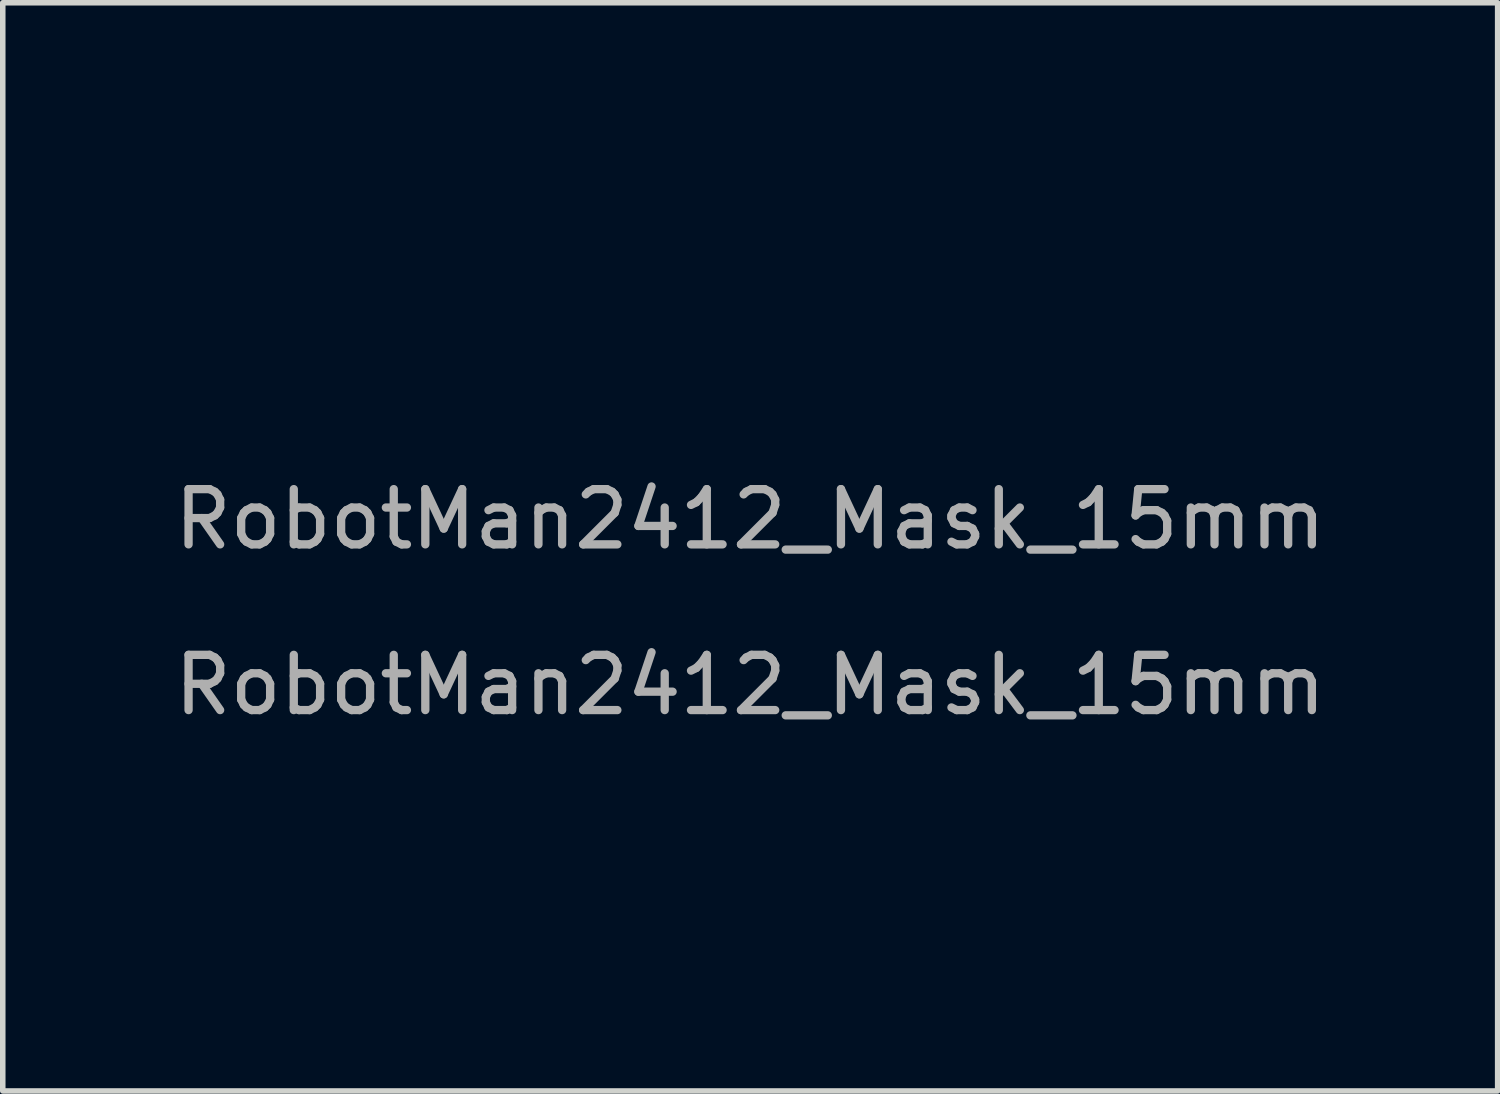
<source format=kicad_pcb>
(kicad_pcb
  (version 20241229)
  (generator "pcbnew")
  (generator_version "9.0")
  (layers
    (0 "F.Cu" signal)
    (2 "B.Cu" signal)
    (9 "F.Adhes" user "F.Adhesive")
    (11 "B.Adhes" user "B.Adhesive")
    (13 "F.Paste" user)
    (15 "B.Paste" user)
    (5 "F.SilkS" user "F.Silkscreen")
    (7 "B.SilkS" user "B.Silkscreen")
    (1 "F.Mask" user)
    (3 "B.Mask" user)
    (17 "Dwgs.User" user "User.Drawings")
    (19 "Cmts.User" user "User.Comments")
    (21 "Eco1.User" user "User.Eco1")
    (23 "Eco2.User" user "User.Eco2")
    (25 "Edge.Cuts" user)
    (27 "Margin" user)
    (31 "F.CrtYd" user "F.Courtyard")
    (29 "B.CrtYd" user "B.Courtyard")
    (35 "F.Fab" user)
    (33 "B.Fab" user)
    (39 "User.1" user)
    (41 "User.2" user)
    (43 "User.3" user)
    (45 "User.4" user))
  (footprint "RobotMan2412_Mask_15mm"
    (layer "F.Cu")
    (at 10.53 6.849)
    (property "Reference" "RobotMan2412_Mask_15mm" (at 0 -0.5 0) (unlocked yes) (layer "F.Fab") (effects (font (size 1 1) (thickness 0.15))))
    (attr smd)
    (fp_poly (pts (xy -2.813 -6.75) (xy -2.813 -6.75) (xy -2.813 -6.75)) (stroke (width 0.198) (type solid)) (fill yes) (layer "F.Mask"))
    (fp_poly (pts (xy -2.813 5.438) (xy -2.813 5.438) (xy -2.813 5.438)) (stroke (width 0.198) (type solid)) (fill yes) (layer "F.Mask"))
    (fp_poly (pts (xy -1.875 -6.75) (xy -1.875 -6.75) (xy -1.875 -6.75)) (stroke (width 0.198) (type solid)) (fill yes) (layer "F.Mask"))
    (fp_poly (pts (xy -1.875 5.438) (xy -1.875 5.438) (xy -1.875 5.438)) (stroke (width 0.198) (type solid)) (fill yes) (layer "F.Mask"))
    (fp_poly (pts (xy -0.938 -6.75) (xy -0.938 -6.75) (xy -0.938 -6.75)) (stroke (width 0.198) (type solid)) (fill yes) (layer "F.Mask"))
    (fp_poly (pts (xy -0.938 5.438) (xy -0.938 5.438) (xy -0.938 5.438)) (stroke (width 0.198) (type solid)) (fill yes) (layer "F.Mask"))
    (fp_poly (pts (xy -0.000082 -6.75) (xy -0.000092 -6.75) (xy -0.000072 -6.75)) (stroke (width 0.198) (type solid)) (fill yes) (layer "F.Mask"))
    (fp_poly (pts (xy -0.000081 5.438) (xy -0.000091 5.438) (xy -0.000072 5.438)) (stroke (width 0.198) (type solid)) (fill yes) (layer "F.Mask"))
    (fp_poly (pts (xy 0.937 -6.75) (xy 0.937 -6.75) (xy 0.937 -6.75)) (stroke (width 0.198) (type solid)) (fill yes) (layer "F.Mask"))
    (fp_poly (pts (xy 0.937 5.438) (xy 0.937 5.438) (xy 0.937 5.438)) (stroke (width 0.198) (type solid)) (fill yes) (layer "F.Mask"))
    (fp_poly (pts (xy 1.875 -6.75) (xy 1.875 -6.75) (xy 1.875 -6.75)) (stroke (width 0.198) (type solid)) (fill yes) (layer "F.Mask"))
    (fp_poly (pts (xy 1.875 5.438) (xy 1.875 5.438) (xy 1.875 5.438)) (stroke (width 0.198) (type solid)) (fill yes) (layer "F.Mask"))
    (fp_poly (pts (xy 2.813 -6.75) (xy 2.813 -6.75) (xy 2.813 -6.75)) (stroke (width 0.198) (type solid)) (fill yes) (layer "F.Mask"))
    (fp_poly (pts (xy 2.813 5.438) (xy 2.813 5.438) (xy 2.813 5.438)) (stroke (width 0.198) (type solid)) (fill yes) (layer "F.Mask"))
    (fp_poly (pts (xy -5.616 -0.187) (xy -5.606 -0.187) (xy -5.597 -0.186) (xy -5.588 -0.184) (xy -5.579 -0.182) (xy -5.57 -0.18) (xy -5.562 -0.177) (xy -5.553 -0.173) (xy -5.545 -0.17) (xy -5.537 -0.166) (xy -5.529 -0.161) (xy -5.521 -0.156) (xy -5.513 -0.151) (xy -5.506 -0.145) (xy -5.499 -0.139) (xy -5.492 -0.133) (xy -5.486 -0.126) (xy -5.48 -0.119) (xy -5.474 -0.112) (xy -5.469 -0.104) (xy -5.464 -0.096) (xy -5.459 -0.088) (xy -5.455 -0.08) (xy -5.452 -0.072) (xy -5.448 -0.063) (xy -5.445 -0.055) (xy -5.443 -0.046) (xy -5.441 -0.037) (xy -5.439 -0.028) (xy -5.438 -0.019) (xy -5.438 -0.009) (xy -5.437 -0.000071) (xy -5.438 0.009) (xy -5.438 0.018) (xy -5.439 0.028) (xy -5.441 0.037) (xy -5.443 0.046) (xy -5.445 0.054) (xy -5.448 0.063) (xy -5.452 0.072) (xy -5.455 0.08) (xy -5.459 0.088) (xy -5.464 0.096) (xy -5.469 0.104) (xy -5.474 0.112) (xy -5.48 0.119) (xy -5.486 0.126) (xy -5.492 0.133) (xy -5.499 0.139) (xy -5.506 0.145) (xy -5.513 0.151) (xy -5.521 0.156) (xy -5.529 0.161) (xy -5.537 0.165) (xy -5.545 0.17) (xy -5.553 0.173) (xy -5.562 0.177) (xy -5.57 0.179) (xy -5.579 0.182) (xy -5.588 0.184) (xy -5.597 0.185) (xy -5.606 0.187) (xy -5.616 0.187) (xy -5.625 0.188) (xy -6.562 0.188) (xy -6.572 0.187) (xy -6.581 0.187) (xy -6.59 0.185) (xy -6.599 0.184) (xy -6.608 0.182) (xy -6.617 0.179) (xy -6.626 0.177) (xy -6.634 0.173) (xy -6.643 0.17) (xy -6.651 0.165) (xy -6.659 0.161) (xy -6.667 0.156) (xy -6.674 0.151) (xy -6.681 0.145) (xy -6.688 0.139) (xy -6.695 0.133) (xy -6.702 0.126) (xy -6.708 0.119) (xy -6.713 0.112) (xy -6.719 0.104) (xy -6.723 0.096) (xy -6.728 0.088) (xy -6.732 0.08) (xy -6.736 0.072) (xy -6.739 0.063) (xy -6.742 0.055) (xy -6.744 0.046) (xy -6.746 0.037) (xy -6.748 0.028) (xy -6.749 0.018) (xy -6.75 0.009) (xy -6.75 -0.000072) (xy -6.75 -0.009) (xy -6.749 -0.019) (xy -6.748 -0.028) (xy -6.746 -0.037) (xy -6.744 -0.046) (xy -6.742 -0.055) (xy -6.739 -0.063) (xy -6.736 -0.072) (xy -6.732 -0.08) (xy -6.728 -0.088) (xy -6.723 -0.096) (xy -6.719 -0.104) (xy -6.713 -0.112) (xy -6.708 -0.119) (xy -6.702 -0.126) (xy -6.695 -0.133) (xy -6.688 -0.139) (xy -6.681 -0.145) (xy -6.674 -0.151) (xy -6.667 -0.156) (xy -6.659 -0.161) (xy -6.651 -0.166) (xy -6.643 -0.17) (xy -6.634 -0.173) (xy -6.626 -0.177) (xy -6.617 -0.18) (xy -6.608 -0.182) (xy -6.599 -0.184) (xy -6.59 -0.186) (xy -6.581 -0.187) (xy -6.572 -0.187) (xy -6.562 -0.188) (xy -5.625 -0.188)) (stroke (width 0.198) (type solid)) (fill yes) (layer "F.Mask"))
    (fp_poly (pts (xy -5.616 0.75) (xy -5.606 0.751) (xy -5.597 0.752) (xy -5.588 0.754) (xy -5.579 0.756) (xy -5.57 0.758) (xy -5.562 0.761) (xy -5.553 0.764) (xy -5.545 0.768) (xy -5.537 0.772) (xy -5.529 0.776) (xy -5.521 0.781) (xy -5.513 0.787) (xy -5.506 0.792) (xy -5.499 0.798) (xy -5.492 0.805) (xy -5.486 0.812) (xy -5.48 0.819) (xy -5.474 0.826) (xy -5.469 0.833) (xy -5.464 0.841) (xy -5.459 0.849) (xy -5.455 0.857) (xy -5.452 0.866) (xy -5.448 0.874) (xy -5.445 0.883) (xy -5.443 0.892) (xy -5.441 0.901) (xy -5.439 0.91) (xy -5.438 0.919) (xy -5.438 0.928) (xy -5.437 0.937) (xy -5.438 0.947) (xy -5.438 0.956) (xy -5.439 0.965) (xy -5.441 0.974) (xy -5.443 0.983) (xy -5.445 0.992) (xy -5.448 1.001) (xy -5.452 1.009) (xy -5.455 1.018) (xy -5.459 1.026) (xy -5.464 1.034) (xy -5.469 1.042) (xy -5.474 1.049) (xy -5.48 1.056) (xy -5.486 1.063) (xy -5.492 1.07) (xy -5.499 1.077) (xy -5.506 1.083) (xy -5.513 1.088) (xy -5.521 1.094) (xy -5.529 1.098) (xy -5.537 1.103) (xy -5.545 1.107) (xy -5.553 1.111) (xy -5.562 1.114) (xy -5.57 1.117) (xy -5.579 1.119) (xy -5.588 1.121) (xy -5.597 1.123) (xy -5.606 1.124) (xy -5.616 1.125) (xy -5.625 1.125) (xy -6.562 1.125) (xy -6.572 1.125) (xy -6.581 1.124) (xy -6.59 1.123) (xy -6.599 1.121) (xy -6.608 1.119) (xy -6.617 1.117) (xy -6.626 1.114) (xy -6.634 1.111) (xy -6.643 1.107) (xy -6.651 1.103) (xy -6.659 1.098) (xy -6.667 1.094) (xy -6.674 1.088) (xy -6.681 1.083) (xy -6.688 1.077) (xy -6.695 1.07) (xy -6.702 1.063) (xy -6.708 1.056) (xy -6.713 1.049) (xy -6.719 1.042) (xy -6.723 1.034) (xy -6.728 1.026) (xy -6.732 1.018) (xy -6.736 1.009) (xy -6.739 1.001) (xy -6.742 0.992) (xy -6.744 0.983) (xy -6.746 0.974) (xy -6.748 0.965) (xy -6.749 0.956) (xy -6.75 0.947) (xy -6.75 0.937) (xy -6.75 0.928) (xy -6.749 0.919) (xy -6.748 0.91) (xy -6.746 0.901) (xy -6.744 0.892) (xy -6.742 0.883) (xy -6.739 0.874) (xy -6.736 0.866) (xy -6.732 0.857) (xy -6.728 0.849) (xy -6.723 0.841) (xy -6.719 0.833) (xy -6.713 0.826) (xy -6.708 0.819) (xy -6.702 0.812) (xy -6.695 0.805) (xy -6.688 0.798) (xy -6.681 0.792) (xy -6.674 0.787) (xy -6.667 0.781) (xy -6.659 0.776) (xy -6.651 0.772) (xy -6.643 0.768) (xy -6.634 0.764) (xy -6.626 0.761) (xy -6.617 0.758) (xy -6.608 0.756) (xy -6.599 0.754) (xy -6.59 0.752) (xy -6.581 0.751) (xy -6.572 0.75) (xy -6.562 0.75) (xy -5.625 0.75)) (stroke (width 0.198) (type solid)) (fill yes) (layer "F.Mask"))
    (fp_poly (pts (xy -5.616 1.688) (xy -5.606 1.688) (xy -5.597 1.689) (xy -5.588 1.691) (xy -5.579 1.693) (xy -5.57 1.696) (xy -5.562 1.698) (xy -5.553 1.702) (xy -5.545 1.705) (xy -5.537 1.709) (xy -5.529 1.714) (xy -5.521 1.719) (xy -5.513 1.724) (xy -5.506 1.73) (xy -5.499 1.736) (xy -5.492 1.742) (xy -5.486 1.749) (xy -5.48 1.756) (xy -5.474 1.763) (xy -5.469 1.771) (xy -5.464 1.779) (xy -5.459 1.787) (xy -5.455 1.795) (xy -5.452 1.803) (xy -5.448 1.812) (xy -5.445 1.82) (xy -5.443 1.829) (xy -5.441 1.838) (xy -5.439 1.847) (xy -5.438 1.856) (xy -5.438 1.866) (xy -5.437 1.875) (xy -5.438 1.884) (xy -5.438 1.894) (xy -5.439 1.903) (xy -5.441 1.912) (xy -5.443 1.921) (xy -5.445 1.93) (xy -5.448 1.938) (xy -5.452 1.947) (xy -5.455 1.955) (xy -5.459 1.963) (xy -5.464 1.971) (xy -5.469 1.979) (xy -5.474 1.987) (xy -5.48 1.994) (xy -5.486 2.001) (xy -5.492 2.008) (xy -5.499 2.014) (xy -5.506 2.02) (xy -5.513 2.026) (xy -5.521 2.031) (xy -5.529 2.036) (xy -5.537 2.041) (xy -5.545 2.045) (xy -5.553 2.048) (xy -5.562 2.052) (xy -5.57 2.055) (xy -5.579 2.057) (xy -5.588 2.059) (xy -5.597 2.061) (xy -5.606 2.062) (xy -5.616 2.062) (xy -5.625 2.063) (xy -6.562 2.063) (xy -6.572 2.062) (xy -6.581 2.062) (xy -6.59 2.061) (xy -6.599 2.059) (xy -6.608 2.057) (xy -6.617 2.055) (xy -6.626 2.052) (xy -6.634 2.048) (xy -6.643 2.045) (xy -6.651 2.041) (xy -6.659 2.036) (xy -6.667 2.031) (xy -6.674 2.026) (xy -6.681 2.02) (xy -6.688 2.014) (xy -6.695 2.008) (xy -6.702 2.001) (xy -6.708 1.994) (xy -6.713 1.987) (xy -6.719 1.979) (xy -6.723 1.971) (xy -6.728 1.963) (xy -6.732 1.955) (xy -6.736 1.947) (xy -6.739 1.938) (xy -6.742 1.93) (xy -6.744 1.921) (xy -6.746 1.912) (xy -6.748 1.903) (xy -6.749 1.894) (xy -6.75 1.884) (xy -6.75 1.875) (xy -6.75 1.866) (xy -6.749 1.856) (xy -6.748 1.847) (xy -6.746 1.838) (xy -6.744 1.829) (xy -6.742 1.82) (xy -6.739 1.812) (xy -6.736 1.803) (xy -6.732 1.795) (xy -6.728 1.787) (xy -6.723 1.779) (xy -6.719 1.771) (xy -6.713 1.763) (xy -6.708 1.756) (xy -6.702 1.749) (xy -6.695 1.742) (xy -6.688 1.736) (xy -6.681 1.73) (xy -6.674 1.724) (xy -6.667 1.719) (xy -6.659 1.714) (xy -6.651 1.709) (xy -6.643 1.705) (xy -6.634 1.702) (xy -6.626 1.698) (xy -6.617 1.696) (xy -6.608 1.693) (xy -6.599 1.691) (xy -6.59 1.689) (xy -6.581 1.688) (xy -6.572 1.688) (xy -6.562 1.687) (xy -5.625 1.687)) (stroke (width 0.198) (type solid)) (fill yes) (layer "F.Mask"))
    (fp_poly (pts (xy -5.615 -3) (xy -5.606 -2.999) (xy -5.596 -2.998) (xy -5.587 -2.996) (xy -5.578 -2.994) (xy -5.569 -2.991) (xy -5.56 -2.989) (xy -5.552 -2.985) (xy -5.544 -2.981) (xy -5.536 -2.977) (xy -5.528 -2.973) (xy -5.52 -2.968) (xy -5.513 -2.963) (xy -5.506 -2.957) (xy -5.499 -2.951) (xy -5.492 -2.945) (xy -5.486 -2.939) (xy -5.48 -2.932) (xy -5.475 -2.925) (xy -5.469 -2.917) (xy -5.465 -2.91) (xy -5.46 -2.902) (xy -5.456 -2.894) (xy -5.452 -2.886) (xy -5.449 -2.877) (xy -5.446 -2.868) (xy -5.443 -2.86) (xy -5.441 -2.85) (xy -5.44 -2.841) (xy -5.438 -2.832) (xy -5.438 -2.822) (xy -5.437 -2.813) (xy -5.438 -2.803) (xy -5.438 -2.794) (xy -5.439 -2.785) (xy -5.441 -2.776) (xy -5.443 -2.767) (xy -5.445 -2.758) (xy -5.448 -2.749) (xy -5.452 -2.741) (xy -5.455 -2.733) (xy -5.459 -2.724) (xy -5.464 -2.716) (xy -5.469 -2.709) (xy -5.474 -2.701) (xy -5.48 -2.694) (xy -5.486 -2.687) (xy -5.492 -2.68) (xy -5.499 -2.674) (xy -5.506 -2.668) (xy -5.513 -2.662) (xy -5.521 -2.657) (xy -5.529 -2.652) (xy -5.537 -2.647) (xy -5.545 -2.643) (xy -5.553 -2.639) (xy -5.562 -2.636) (xy -5.57 -2.633) (xy -5.579 -2.631) (xy -5.588 -2.629) (xy -5.597 -2.627) (xy -5.606 -2.626) (xy -5.616 -2.625) (xy -5.625 -2.625) (xy -6.562 -2.625) (xy -6.572 -2.625) (xy -6.581 -2.626) (xy -6.59 -2.627) (xy -6.599 -2.629) (xy -6.608 -2.631) (xy -6.617 -2.633) (xy -6.626 -2.636) (xy -6.634 -2.639) (xy -6.643 -2.643) (xy -6.651 -2.647) (xy -6.659 -2.652) (xy -6.667 -2.657) (xy -6.674 -2.662) (xy -6.681 -2.668) (xy -6.688 -2.674) (xy -6.695 -2.68) (xy -6.702 -2.687) (xy -6.708 -2.694) (xy -6.713 -2.701) (xy -6.719 -2.709) (xy -6.723 -2.716) (xy -6.728 -2.724) (xy -6.732 -2.733) (xy -6.736 -2.741) (xy -6.739 -2.749) (xy -6.742 -2.758) (xy -6.744 -2.767) (xy -6.746 -2.776) (xy -6.748 -2.785) (xy -6.749 -2.794) (xy -6.75 -2.803) (xy -6.75 -2.813) (xy -6.75 -2.822) (xy -6.749 -2.832) (xy -6.748 -2.841) (xy -6.746 -2.85) (xy -6.744 -2.86) (xy -6.742 -2.868) (xy -6.739 -2.877) (xy -6.735 -2.886) (xy -6.731 -2.894) (xy -6.727 -2.902) (xy -6.723 -2.91) (xy -6.718 -2.917) (xy -6.713 -2.925) (xy -6.707 -2.932) (xy -6.701 -2.939) (xy -6.695 -2.945) (xy -6.688 -2.951) (xy -6.682 -2.957) (xy -6.675 -2.963) (xy -6.667 -2.968) (xy -6.66 -2.973) (xy -6.652 -2.977) (xy -6.644 -2.981) (xy -6.635 -2.985) (xy -6.627 -2.989) (xy -6.618 -2.991) (xy -6.609 -2.994) (xy -6.6 -2.996) (xy -6.591 -2.998) (xy -6.582 -2.999) (xy -6.572 -3) (xy -6.562 -3) (xy -5.625 -3)) (stroke (width 0.198) (type solid)) (fill yes) (layer "F.Mask"))
    (fp_poly (pts (xy -5.615 -2.062) (xy -5.606 -2.061) (xy -5.596 -2.06) (xy -5.587 -2.059) (xy -5.578 -2.056) (xy -5.569 -2.054) (xy -5.56 -2.051) (xy -5.552 -2.048) (xy -5.544 -2.044) (xy -5.536 -2.04) (xy -5.528 -2.035) (xy -5.52 -2.03) (xy -5.513 -2.025) (xy -5.506 -2.02) (xy -5.499 -2.014) (xy -5.492 -2.008) (xy -5.486 -2.001) (xy -5.48 -1.994) (xy -5.475 -1.987) (xy -5.469 -1.98) (xy -5.465 -1.972) (xy -5.46 -1.964) (xy -5.456 -1.956) (xy -5.452 -1.948) (xy -5.449 -1.94) (xy -5.446 -1.931) (xy -5.443 -1.922) (xy -5.441 -1.913) (xy -5.44 -1.904) (xy -5.438 -1.894) (xy -5.438 -1.885) (xy -5.437 -1.875) (xy -5.438 -1.866) (xy -5.438 -1.857) (xy -5.439 -1.847) (xy -5.441 -1.838) (xy -5.443 -1.829) (xy -5.445 -1.821) (xy -5.448 -1.812) (xy -5.452 -1.803) (xy -5.455 -1.795) (xy -5.459 -1.787) (xy -5.464 -1.779) (xy -5.469 -1.771) (xy -5.474 -1.764) (xy -5.48 -1.756) (xy -5.486 -1.749) (xy -5.492 -1.742) (xy -5.499 -1.736) (xy -5.506 -1.73) (xy -5.513 -1.724) (xy -5.521 -1.719) (xy -5.529 -1.714) (xy -5.537 -1.71) (xy -5.545 -1.706) (xy -5.553 -1.702) (xy -5.562 -1.699) (xy -5.57 -1.696) (xy -5.579 -1.693) (xy -5.588 -1.691) (xy -5.597 -1.69) (xy -5.606 -1.688) (xy -5.616 -1.688) (xy -5.625 -1.688) (xy -6.562 -1.688) (xy -6.572 -1.688) (xy -6.581 -1.688) (xy -6.59 -1.69) (xy -6.599 -1.691) (xy -6.608 -1.693) (xy -6.617 -1.696) (xy -6.626 -1.699) (xy -6.634 -1.702) (xy -6.643 -1.706) (xy -6.651 -1.71) (xy -6.659 -1.714) (xy -6.667 -1.719) (xy -6.674 -1.724) (xy -6.681 -1.73) (xy -6.688 -1.736) (xy -6.695 -1.742) (xy -6.702 -1.749) (xy -6.708 -1.756) (xy -6.713 -1.764) (xy -6.719 -1.771) (xy -6.723 -1.779) (xy -6.728 -1.787) (xy -6.732 -1.795) (xy -6.736 -1.803) (xy -6.739 -1.812) (xy -6.742 -1.821) (xy -6.744 -1.829) (xy -6.746 -1.838) (xy -6.748 -1.847) (xy -6.749 -1.857) (xy -6.75 -1.866) (xy -6.75 -1.875) (xy -6.75 -1.885) (xy -6.749 -1.894) (xy -6.748 -1.904) (xy -6.746 -1.913) (xy -6.744 -1.922) (xy -6.742 -1.931) (xy -6.739 -1.94) (xy -6.735 -1.948) (xy -6.731 -1.956) (xy -6.727 -1.964) (xy -6.723 -1.972) (xy -6.718 -1.98) (xy -6.713 -1.987) (xy -6.707 -1.994) (xy -6.701 -2.001) (xy -6.695 -2.008) (xy -6.688 -2.014) (xy -6.682 -2.02) (xy -6.675 -2.025) (xy -6.667 -2.03) (xy -6.66 -2.035) (xy -6.652 -2.04) (xy -6.644 -2.044) (xy -6.635 -2.048) (xy -6.627 -2.051) (xy -6.618 -2.054) (xy -6.609 -2.056) (xy -6.6 -2.059) (xy -6.591 -2.06) (xy -6.582 -2.061) (xy -6.572 -2.062) (xy -6.562 -2.062) (xy -5.625 -2.062)) (stroke (width 0.198) (type solid)) (fill yes) (layer "F.Mask"))
    (fp_poly (pts (xy -5.615 -1.125) (xy -5.606 -1.124) (xy -5.596 -1.123) (xy -5.587 -1.121) (xy -5.578 -1.119) (xy -5.569 -1.116) (xy -5.56 -1.113) (xy -5.552 -1.11) (xy -5.544 -1.106) (xy -5.536 -1.102) (xy -5.528 -1.098) (xy -5.52 -1.093) (xy -5.513 -1.088) (xy -5.506 -1.082) (xy -5.499 -1.076) (xy -5.492 -1.07) (xy -5.486 -1.064) (xy -5.48 -1.057) (xy -5.475 -1.05) (xy -5.469 -1.042) (xy -5.465 -1.035) (xy -5.46 -1.027) (xy -5.456 -1.019) (xy -5.452 -1.011) (xy -5.449 -1.002) (xy -5.446 -0.993) (xy -5.443 -0.984) (xy -5.441 -0.975) (xy -5.44 -0.966) (xy -5.438 -0.957) (xy -5.438 -0.947) (xy -5.437 -0.938) (xy -5.438 -0.928) (xy -5.438 -0.919) (xy -5.439 -0.91) (xy -5.441 -0.901) (xy -5.443 -0.892) (xy -5.445 -0.883) (xy -5.448 -0.874) (xy -5.452 -0.866) (xy -5.455 -0.857) (xy -5.459 -0.849) (xy -5.464 -0.841) (xy -5.469 -0.834) (xy -5.474 -0.826) (xy -5.48 -0.819) (xy -5.486 -0.812) (xy -5.492 -0.805) (xy -5.499 -0.799) (xy -5.506 -0.792) (xy -5.513 -0.787) (xy -5.521 -0.782) (xy -5.529 -0.777) (xy -5.537 -0.772) (xy -5.545 -0.768) (xy -5.553 -0.764) (xy -5.562 -0.761) (xy -5.57 -0.758) (xy -5.579 -0.756) (xy -5.588 -0.754) (xy -5.597 -0.752) (xy -5.606 -0.751) (xy -5.616 -0.75) (xy -5.625 -0.75) (xy -6.562 -0.75) (xy -6.572 -0.75) (xy -6.581 -0.751) (xy -6.59 -0.752) (xy -6.599 -0.754) (xy -6.608 -0.756) (xy -6.617 -0.758) (xy -6.626 -0.761) (xy -6.634 -0.764) (xy -6.643 -0.768) (xy -6.651 -0.772) (xy -6.659 -0.777) (xy -6.667 -0.782) (xy -6.674 -0.787) (xy -6.681 -0.792) (xy -6.688 -0.799) (xy -6.695 -0.805) (xy -6.702 -0.812) (xy -6.708 -0.819) (xy -6.713 -0.826) (xy -6.719 -0.834) (xy -6.723 -0.841) (xy -6.728 -0.849) (xy -6.732 -0.857) (xy -6.736 -0.866) (xy -6.739 -0.874) (xy -6.742 -0.883) (xy -6.744 -0.892) (xy -6.746 -0.901) (xy -6.748 -0.91) (xy -6.749 -0.919) (xy -6.75 -0.928) (xy -6.75 -0.938) (xy -6.75 -0.947) (xy -6.749 -0.957) (xy -6.748 -0.966) (xy -6.746 -0.975) (xy -6.744 -0.984) (xy -6.742 -0.993) (xy -6.739 -1.002) (xy -6.735 -1.011) (xy -6.731 -1.019) (xy -6.727 -1.027) (xy -6.723 -1.035) (xy -6.718 -1.042) (xy -6.713 -1.05) (xy -6.707 -1.057) (xy -6.701 -1.064) (xy -6.695 -1.07) (xy -6.688 -1.076) (xy -6.682 -1.082) (xy -6.675 -1.088) (xy -6.667 -1.093) (xy -6.66 -1.098) (xy -6.652 -1.102) (xy -6.644 -1.106) (xy -6.635 -1.11) (xy -6.627 -1.113) (xy -6.618 -1.116) (xy -6.609 -1.119) (xy -6.6 -1.121) (xy -6.591 -1.123) (xy -6.582 -1.124) (xy -6.572 -1.125) (xy -6.562 -1.125) (xy -5.625 -1.125)) (stroke (width 0.198) (type solid)) (fill yes) (layer "F.Mask"))
    (fp_poly (pts (xy 2.822 -6.75) (xy 2.831 -6.749) (xy 2.84 -6.748) (xy 2.849 -6.746) (xy 2.858 -6.744) (xy 2.867 -6.742) (xy 2.876 -6.739) (xy 2.884 -6.736) (xy 2.893 -6.732) (xy 2.901 -6.728) (xy 2.909 -6.723) (xy 2.917 -6.719) (xy 2.924 -6.713) (xy 2.931 -6.708) (xy 2.938 -6.702) (xy 2.945 -6.695) (xy 2.952 -6.688) (xy 2.958 -6.681) (xy 2.963 -6.674) (xy 2.969 -6.667) (xy 2.974 -6.659) (xy 2.978 -6.651) (xy 2.982 -6.643) (xy 2.986 -6.634) (xy 2.989 -6.626) (xy 2.992 -6.617) (xy 2.994 -6.608) (xy 2.997 -6.599) (xy 2.998 -6.59) (xy 2.999 -6.581) (xy 3 -6.572) (xy 3 -6.562) (xy 3 -5.625) (xy 3 -5.616) (xy 2.999 -5.606) (xy 2.998 -5.597) (xy 2.997 -5.588) (xy 2.994 -5.579) (xy 2.992 -5.57) (xy 2.989 -5.562) (xy 2.986 -5.553) (xy 2.982 -5.545) (xy 2.978 -5.537) (xy 2.974 -5.529) (xy 2.969 -5.521) (xy 2.963 -5.513) (xy 2.958 -5.506) (xy 2.952 -5.499) (xy 2.945 -5.492) (xy 2.938 -5.486) (xy 2.931 -5.48) (xy 2.924 -5.474) (xy 2.917 -5.469) (xy 2.909 -5.464) (xy 2.901 -5.459) (xy 2.893 -5.455) (xy 2.884 -5.452) (xy 2.876 -5.448) (xy 2.867 -5.445) (xy 2.858 -5.443) (xy 2.849 -5.441) (xy 2.84 -5.439) (xy 2.831 -5.438) (xy 2.822 -5.438) (xy 2.813 -5.437) (xy 2.803 -5.438) (xy 2.794 -5.438) (xy 2.785 -5.439) (xy 2.776 -5.441) (xy 2.767 -5.443) (xy 2.758 -5.445) (xy 2.749 -5.448) (xy 2.741 -5.452) (xy 2.732 -5.455) (xy 2.724 -5.459) (xy 2.716 -5.464) (xy 2.708 -5.469) (xy 2.701 -5.474) (xy 2.694 -5.48) (xy 2.687 -5.486) (xy 2.68 -5.492) (xy 2.673 -5.499) (xy 2.667 -5.506) (xy 2.662 -5.513) (xy 2.656 -5.521) (xy 2.652 -5.529) (xy 2.647 -5.537) (xy 2.643 -5.545) (xy 2.639 -5.553) (xy 2.636 -5.562) (xy 2.633 -5.57) (xy 2.631 -5.579) (xy 2.629 -5.588) (xy 2.627 -5.597) (xy 2.626 -5.606) (xy 2.625 -5.616) (xy 2.625 -5.625) (xy 2.625 -6.562) (xy 2.625 -6.572) (xy 2.626 -6.581) (xy 2.627 -6.59) (xy 2.629 -6.599) (xy 2.631 -6.608) (xy 2.633 -6.617) (xy 2.636 -6.626) (xy 2.639 -6.634) (xy 2.643 -6.643) (xy 2.647 -6.651) (xy 2.652 -6.659) (xy 2.656 -6.667) (xy 2.662 -6.674) (xy 2.667 -6.681) (xy 2.673 -6.688) (xy 2.68 -6.695) (xy 2.687 -6.702) (xy 2.694 -6.708) (xy 2.701 -6.713) (xy 2.708 -6.719) (xy 2.716 -6.723) (xy 2.724 -6.728) (xy 2.732 -6.732) (xy 2.741 -6.736) (xy 2.749 -6.739) (xy 2.758 -6.742) (xy 2.767 -6.744) (xy 2.776 -6.746) (xy 2.785 -6.748) (xy 2.794 -6.749) (xy 2.803 -6.75) (xy 2.813 -6.75)) (stroke (width 0.198) (type solid)) (fill yes) (layer "F.Mask"))
    (fp_poly (pts (xy 2.822 5.438) (xy 2.831 5.438) (xy 2.84 5.44) (xy 2.849 5.441) (xy 2.858 5.443) (xy 2.867 5.446) (xy 2.876 5.449) (xy 2.884 5.452) (xy 2.893 5.456) (xy 2.901 5.46) (xy 2.909 5.464) (xy 2.917 5.469) (xy 2.924 5.474) (xy 2.931 5.48) (xy 2.938 5.486) (xy 2.945 5.492) (xy 2.952 5.499) (xy 2.958 5.506) (xy 2.963 5.514) (xy 2.969 5.521) (xy 2.974 5.529) (xy 2.978 5.537) (xy 2.982 5.545) (xy 2.986 5.553) (xy 2.989 5.562) (xy 2.992 5.571) (xy 2.994 5.579) (xy 2.997 5.588) (xy 2.998 5.597) (xy 2.999 5.607) (xy 3 5.616) (xy 3 5.625) (xy 3 6.562) (xy 3 6.572) (xy 2.999 6.581) (xy 2.998 6.59) (xy 2.997 6.599) (xy 2.994 6.608) (xy 2.992 6.617) (xy 2.989 6.626) (xy 2.986 6.634) (xy 2.982 6.642) (xy 2.978 6.651) (xy 2.974 6.659) (xy 2.969 6.666) (xy 2.963 6.674) (xy 2.958 6.681) (xy 2.952 6.688) (xy 2.945 6.695) (xy 2.938 6.701) (xy 2.931 6.707) (xy 2.924 6.713) (xy 2.917 6.718) (xy 2.909 6.723) (xy 2.901 6.728) (xy 2.893 6.732) (xy 2.884 6.736) (xy 2.876 6.739) (xy 2.867 6.742) (xy 2.858 6.744) (xy 2.849 6.746) (xy 2.84 6.748) (xy 2.831 6.749) (xy 2.822 6.75) (xy 2.813 6.75) (xy 2.803 6.75) (xy 2.794 6.749) (xy 2.785 6.748) (xy 2.776 6.746) (xy 2.767 6.744) (xy 2.758 6.742) (xy 2.749 6.739) (xy 2.741 6.736) (xy 2.732 6.732) (xy 2.724 6.728) (xy 2.716 6.723) (xy 2.708 6.718) (xy 2.701 6.713) (xy 2.694 6.707) (xy 2.687 6.701) (xy 2.68 6.695) (xy 2.673 6.688) (xy 2.667 6.681) (xy 2.662 6.674) (xy 2.656 6.666) (xy 2.652 6.659) (xy 2.647 6.651) (xy 2.643 6.642) (xy 2.639 6.634) (xy 2.636 6.626) (xy 2.633 6.617) (xy 2.631 6.608) (xy 2.629 6.599) (xy 2.627 6.59) (xy 2.626 6.581) (xy 2.625 6.572) (xy 2.625 6.562) (xy 2.625 5.625) (xy 2.625 5.616) (xy 2.626 5.607) (xy 2.627 5.597) (xy 2.629 5.588) (xy 2.631 5.579) (xy 2.633 5.571) (xy 2.636 5.562) (xy 2.639 5.553) (xy 2.643 5.545) (xy 2.647 5.537) (xy 2.652 5.529) (xy 2.656 5.521) (xy 2.662 5.514) (xy 2.667 5.506) (xy 2.673 5.499) (xy 2.68 5.492) (xy 2.687 5.486) (xy 2.694 5.48) (xy 2.701 5.474) (xy 2.708 5.469) (xy 2.716 5.464) (xy 2.724 5.46) (xy 2.732 5.456) (xy 2.741 5.452) (xy 2.749 5.449) (xy 2.758 5.446) (xy 2.767 5.443) (xy 2.776 5.441) (xy 2.785 5.44) (xy 2.794 5.438) (xy 2.803 5.438) (xy 2.813 5.438)) (stroke (width 0.198) (type solid)) (fill yes) (layer "F.Mask"))
    (fp_poly (pts (xy 6.572 -0.187) (xy 6.581 -0.187) (xy 6.59 -0.186) (xy 6.599 -0.184) (xy 6.608 -0.182) (xy 6.617 -0.18) (xy 6.626 -0.177) (xy 6.634 -0.173) (xy 6.642 -0.17) (xy 6.651 -0.166) (xy 6.659 -0.161) (xy 6.666 -0.156) (xy 6.674 -0.151) (xy 6.681 -0.145) (xy 6.688 -0.139) (xy 6.695 -0.133) (xy 6.701 -0.126) (xy 6.707 -0.119) (xy 6.713 -0.112) (xy 6.718 -0.104) (xy 6.723 -0.096) (xy 6.728 -0.088) (xy 6.732 -0.08) (xy 6.736 -0.072) (xy 6.739 -0.063) (xy 6.742 -0.055) (xy 6.744 -0.046) (xy 6.746 -0.037) (xy 6.748 -0.028) (xy 6.749 -0.019) (xy 6.75 -0.009) (xy 6.75 -0.000071) (xy 6.75 0.009) (xy 6.749 0.018) (xy 6.748 0.028) (xy 6.746 0.037) (xy 6.744 0.046) (xy 6.742 0.054) (xy 6.739 0.063) (xy 6.736 0.072) (xy 6.732 0.08) (xy 6.728 0.088) (xy 6.723 0.096) (xy 6.718 0.104) (xy 6.713 0.112) (xy 6.707 0.119) (xy 6.701 0.126) (xy 6.695 0.133) (xy 6.688 0.139) (xy 6.681 0.145) (xy 6.674 0.151) (xy 6.666 0.156) (xy 6.659 0.161) (xy 6.651 0.165) (xy 6.642 0.17) (xy 6.634 0.173) (xy 6.626 0.177) (xy 6.617 0.179) (xy 6.608 0.182) (xy 6.599 0.184) (xy 6.59 0.185) (xy 6.581 0.187) (xy 6.572 0.187) (xy 6.562 0.188) (xy 5.625 0.188) (xy 5.616 0.187) (xy 5.607 0.187) (xy 5.597 0.185) (xy 5.588 0.184) (xy 5.579 0.182) (xy 5.571 0.179) (xy 5.562 0.177) (xy 5.553 0.173) (xy 5.545 0.17) (xy 5.537 0.165) (xy 5.529 0.161) (xy 5.521 0.156) (xy 5.514 0.151) (xy 5.506 0.145) (xy 5.499 0.139) (xy 5.493 0.133) (xy 5.486 0.126) (xy 5.48 0.119) (xy 5.474 0.112) (xy 5.469 0.104) (xy 5.464 0.096) (xy 5.46 0.088) (xy 5.456 0.08) (xy 5.452 0.072) (xy 5.449 0.063) (xy 5.446 0.055) (xy 5.443 0.046) (xy 5.441 0.037) (xy 5.44 0.028) (xy 5.438 0.018) (xy 5.438 0.009) (xy 5.438 -0.000072) (xy 5.438 -0.009) (xy 5.438 -0.019) (xy 5.44 -0.028) (xy 5.441 -0.037) (xy 5.443 -0.046) (xy 5.446 -0.055) (xy 5.449 -0.063) (xy 5.452 -0.072) (xy 5.456 -0.08) (xy 5.46 -0.088) (xy 5.464 -0.096) (xy 5.469 -0.104) (xy 5.474 -0.112) (xy 5.48 -0.119) (xy 5.486 -0.126) (xy 5.492 -0.133) (xy 5.499 -0.139) (xy 5.506 -0.145) (xy 5.514 -0.151) (xy 5.521 -0.156) (xy 5.529 -0.161) (xy 5.537 -0.166) (xy 5.545 -0.17) (xy 5.553 -0.173) (xy 5.562 -0.177) (xy 5.571 -0.18) (xy 5.579 -0.182) (xy 5.588 -0.184) (xy 5.597 -0.186) (xy 5.607 -0.187) (xy 5.616 -0.187) (xy 5.625 -0.188) (xy 6.562 -0.188)) (stroke (width 0.198) (type solid)) (fill yes) (layer "F.Mask"))
    (fp_poly (pts (xy 6.572 0.75) (xy 6.581 0.751) (xy 6.59 0.752) (xy 6.599 0.754) (xy 6.608 0.756) (xy 6.617 0.758) (xy 6.626 0.761) (xy 6.634 0.764) (xy 6.642 0.768) (xy 6.651 0.772) (xy 6.659 0.776) (xy 6.666 0.781) (xy 6.674 0.787) (xy 6.681 0.792) (xy 6.688 0.798) (xy 6.695 0.805) (xy 6.701 0.812) (xy 6.707 0.819) (xy 6.713 0.826) (xy 6.718 0.833) (xy 6.723 0.841) (xy 6.728 0.849) (xy 6.732 0.857) (xy 6.736 0.866) (xy 6.739 0.874) (xy 6.742 0.883) (xy 6.744 0.892) (xy 6.746 0.901) (xy 6.748 0.91) (xy 6.749 0.919) (xy 6.75 0.928) (xy 6.75 0.937) (xy 6.75 0.947) (xy 6.749 0.956) (xy 6.748 0.965) (xy 6.746 0.974) (xy 6.744 0.983) (xy 6.742 0.992) (xy 6.739 1.001) (xy 6.736 1.009) (xy 6.732 1.018) (xy 6.728 1.026) (xy 6.723 1.034) (xy 6.718 1.042) (xy 6.713 1.049) (xy 6.707 1.056) (xy 6.701 1.063) (xy 6.695 1.07) (xy 6.688 1.077) (xy 6.681 1.083) (xy 6.674 1.088) (xy 6.666 1.094) (xy 6.659 1.098) (xy 6.651 1.103) (xy 6.642 1.107) (xy 6.634 1.111) (xy 6.626 1.114) (xy 6.617 1.117) (xy 6.608 1.119) (xy 6.599 1.121) (xy 6.59 1.123) (xy 6.581 1.124) (xy 6.572 1.125) (xy 6.562 1.125) (xy 5.625 1.125) (xy 5.616 1.125) (xy 5.607 1.124) (xy 5.597 1.123) (xy 5.588 1.121) (xy 5.579 1.119) (xy 5.571 1.117) (xy 5.562 1.114) (xy 5.553 1.111) (xy 5.545 1.107) (xy 5.537 1.103) (xy 5.529 1.098) (xy 5.521 1.094) (xy 5.514 1.088) (xy 5.506 1.083) (xy 5.499 1.077) (xy 5.492 1.07) (xy 5.486 1.063) (xy 5.48 1.056) (xy 5.474 1.049) (xy 5.469 1.042) (xy 5.464 1.034) (xy 5.46 1.026) (xy 5.456 1.018) (xy 5.452 1.009) (xy 5.449 1.001) (xy 5.446 0.992) (xy 5.443 0.983) (xy 5.441 0.974) (xy 5.44 0.965) (xy 5.438 0.956) (xy 5.438 0.947) (xy 5.438 0.937) (xy 5.438 0.928) (xy 5.438 0.919) (xy 5.44 0.91) (xy 5.441 0.901) (xy 5.443 0.892) (xy 5.446 0.883) (xy 5.449 0.874) (xy 5.452 0.866) (xy 5.456 0.857) (xy 5.46 0.849) (xy 5.464 0.841) (xy 5.469 0.833) (xy 5.474 0.826) (xy 5.48 0.819) (xy 5.486 0.812) (xy 5.492 0.805) (xy 5.499 0.798) (xy 5.506 0.792) (xy 5.514 0.787) (xy 5.521 0.781) (xy 5.529 0.776) (xy 5.537 0.772) (xy 5.545 0.768) (xy 5.553 0.764) (xy 5.562 0.761) (xy 5.571 0.758) (xy 5.579 0.756) (xy 5.588 0.754) (xy 5.597 0.752) (xy 5.607 0.751) (xy 5.616 0.75) (xy 5.625 0.75) (xy 6.562 0.75)) (stroke (width 0.198) (type solid)) (fill yes) (layer "F.Mask"))
    (fp_poly (pts (xy 6.572 1.688) (xy 6.581 1.688) (xy 6.59 1.689) (xy 6.599 1.691) (xy 6.608 1.693) (xy 6.617 1.696) (xy 6.626 1.698) (xy 6.634 1.702) (xy 6.642 1.705) (xy 6.651 1.709) (xy 6.659 1.714) (xy 6.666 1.719) (xy 6.674 1.724) (xy 6.681 1.73) (xy 6.688 1.736) (xy 6.695 1.742) (xy 6.701 1.749) (xy 6.707 1.756) (xy 6.713 1.763) (xy 6.718 1.771) (xy 6.723 1.779) (xy 6.728 1.787) (xy 6.732 1.795) (xy 6.736 1.803) (xy 6.739 1.812) (xy 6.742 1.82) (xy 6.744 1.829) (xy 6.746 1.838) (xy 6.748 1.847) (xy 6.749 1.856) (xy 6.75 1.866) (xy 6.75 1.875) (xy 6.75 1.884) (xy 6.749 1.894) (xy 6.748 1.903) (xy 6.746 1.912) (xy 6.744 1.921) (xy 6.742 1.93) (xy 6.739 1.938) (xy 6.736 1.947) (xy 6.732 1.955) (xy 6.728 1.963) (xy 6.723 1.971) (xy 6.718 1.979) (xy 6.713 1.987) (xy 6.707 1.994) (xy 6.701 2.001) (xy 6.695 2.008) (xy 6.688 2.014) (xy 6.681 2.02) (xy 6.674 2.026) (xy 6.666 2.031) (xy 6.659 2.036) (xy 6.651 2.041) (xy 6.642 2.045) (xy 6.634 2.048) (xy 6.626 2.052) (xy 6.617 2.055) (xy 6.608 2.057) (xy 6.599 2.059) (xy 6.59 2.061) (xy 6.581 2.062) (xy 6.572 2.062) (xy 6.562 2.063) (xy 5.625 2.063) (xy 5.616 2.062) (xy 5.607 2.062) (xy 5.597 2.061) (xy 5.588 2.059) (xy 5.579 2.057) (xy 5.571 2.055) (xy 5.562 2.052) (xy 5.553 2.048) (xy 5.545 2.045) (xy 5.537 2.041) (xy 5.529 2.036) (xy 5.521 2.031) (xy 5.514 2.026) (xy 5.506 2.02) (xy 5.499 2.014) (xy 5.493 2.008) (xy 5.486 2.001) (xy 5.48 1.994) (xy 5.474 1.987) (xy 5.469 1.979) (xy 5.464 1.971) (xy 5.46 1.963) (xy 5.456 1.955) (xy 5.452 1.947) (xy 5.449 1.938) (xy 5.446 1.93) (xy 5.443 1.921) (xy 5.441 1.912) (xy 5.44 1.903) (xy 5.438 1.894) (xy 5.438 1.884) (xy 5.438 1.875) (xy 5.438 1.866) (xy 5.438 1.856) (xy 5.44 1.847) (xy 5.441 1.838) (xy 5.443 1.829) (xy 5.446 1.82) (xy 5.449 1.812) (xy 5.452 1.803) (xy 5.456 1.795) (xy 5.46 1.787) (xy 5.464 1.779) (xy 5.469 1.771) (xy 5.474 1.763) (xy 5.48 1.756) (xy 5.486 1.749) (xy 5.492 1.742) (xy 5.499 1.736) (xy 5.506 1.73) (xy 5.514 1.724) (xy 5.521 1.719) (xy 5.529 1.714) (xy 5.537 1.709) (xy 5.545 1.705) (xy 5.553 1.702) (xy 5.562 1.698) (xy 5.571 1.696) (xy 5.579 1.693) (xy 5.588 1.691) (xy 5.597 1.689) (xy 5.607 1.688) (xy 5.616 1.688) (xy 5.625 1.687) (xy 6.562 1.687)) (stroke (width 0.198) (type solid)) (fill yes) (layer "F.Mask"))
    (fp_poly (pts (xy 6.572 -3) (xy 6.581 -2.999) (xy 6.591 -2.998) (xy 6.6 -2.996) (xy 6.609 -2.994) (xy 6.618 -2.991) (xy 6.627 -2.989) (xy 6.635 -2.985) (xy 6.644 -2.981) (xy 6.652 -2.977) (xy 6.659 -2.973) (xy 6.667 -2.968) (xy 6.674 -2.963) (xy 6.682 -2.957) (xy 6.688 -2.951) (xy 6.695 -2.945) (xy 6.701 -2.939) (xy 6.707 -2.932) (xy 6.713 -2.925) (xy 6.718 -2.917) (xy 6.723 -2.91) (xy 6.727 -2.902) (xy 6.731 -2.894) (xy 6.735 -2.886) (xy 6.738 -2.877) (xy 6.741 -2.868) (xy 6.744 -2.86) (xy 6.746 -2.85) (xy 6.748 -2.841) (xy 6.749 -2.832) (xy 6.75 -2.822) (xy 6.75 -2.813) (xy 6.75 -2.803) (xy 6.749 -2.794) (xy 6.748 -2.785) (xy 6.746 -2.776) (xy 6.744 -2.767) (xy 6.742 -2.758) (xy 6.739 -2.749) (xy 6.736 -2.741) (xy 6.732 -2.733) (xy 6.728 -2.724) (xy 6.723 -2.716) (xy 6.718 -2.709) (xy 6.713 -2.701) (xy 6.707 -2.694) (xy 6.701 -2.687) (xy 6.695 -2.68) (xy 6.688 -2.674) (xy 6.681 -2.668) (xy 6.674 -2.662) (xy 6.666 -2.657) (xy 6.659 -2.652) (xy 6.651 -2.647) (xy 6.642 -2.643) (xy 6.634 -2.639) (xy 6.626 -2.636) (xy 6.617 -2.633) (xy 6.608 -2.631) (xy 6.599 -2.629) (xy 6.59 -2.627) (xy 6.581 -2.626) (xy 6.572 -2.625) (xy 6.562 -2.625) (xy 5.625 -2.625) (xy 5.616 -2.625) (xy 5.607 -2.626) (xy 5.597 -2.627) (xy 5.588 -2.629) (xy 5.579 -2.631) (xy 5.571 -2.633) (xy 5.562 -2.636) (xy 5.553 -2.639) (xy 5.545 -2.643) (xy 5.537 -2.647) (xy 5.529 -2.652) (xy 5.521 -2.657) (xy 5.514 -2.662) (xy 5.506 -2.668) (xy 5.499 -2.674) (xy 5.493 -2.68) (xy 5.486 -2.687) (xy 5.48 -2.694) (xy 5.474 -2.701) (xy 5.469 -2.709) (xy 5.464 -2.716) (xy 5.46 -2.724) (xy 5.456 -2.733) (xy 5.452 -2.741) (xy 5.449 -2.749) (xy 5.446 -2.758) (xy 5.443 -2.767) (xy 5.441 -2.776) (xy 5.44 -2.785) (xy 5.438 -2.794) (xy 5.438 -2.803) (xy 5.438 -2.813) (xy 5.438 -2.822) (xy 5.439 -2.832) (xy 5.44 -2.841) (xy 5.441 -2.85) (xy 5.444 -2.86) (xy 5.446 -2.868) (xy 5.449 -2.877) (xy 5.452 -2.886) (xy 5.456 -2.894) (xy 5.46 -2.902) (xy 5.465 -2.91) (xy 5.47 -2.917) (xy 5.475 -2.925) (xy 5.481 -2.932) (xy 5.486 -2.939) (xy 5.493 -2.945) (xy 5.499 -2.951) (xy 5.506 -2.957) (xy 5.513 -2.963) (xy 5.52 -2.968) (xy 5.528 -2.973) (xy 5.536 -2.977) (xy 5.544 -2.981) (xy 5.552 -2.985) (xy 5.561 -2.989) (xy 5.569 -2.991) (xy 5.578 -2.994) (xy 5.587 -2.996) (xy 5.597 -2.998) (xy 5.606 -2.999) (xy 5.616 -3) (xy 5.625 -3) (xy 6.562 -3)) (stroke (width 0.198) (type solid)) (fill yes) (layer "F.Mask"))
    (fp_poly (pts (xy 6.572 -2.062) (xy 6.581 -2.061) (xy 6.591 -2.06) (xy 6.6 -2.059) (xy 6.609 -2.056) (xy 6.618 -2.054) (xy 6.627 -2.051) (xy 6.635 -2.048) (xy 6.644 -2.044) (xy 6.652 -2.04) (xy 6.659 -2.035) (xy 6.667 -2.03) (xy 6.674 -2.025) (xy 6.682 -2.02) (xy 6.688 -2.014) (xy 6.695 -2.008) (xy 6.701 -2.001) (xy 6.707 -1.994) (xy 6.713 -1.987) (xy 6.718 -1.98) (xy 6.723 -1.972) (xy 6.727 -1.964) (xy 6.731 -1.956) (xy 6.735 -1.948) (xy 6.738 -1.94) (xy 6.741 -1.931) (xy 6.744 -1.922) (xy 6.746 -1.913) (xy 6.748 -1.904) (xy 6.749 -1.894) (xy 6.75 -1.885) (xy 6.75 -1.875) (xy 6.75 -1.866) (xy 6.749 -1.857) (xy 6.748 -1.847) (xy 6.746 -1.838) (xy 6.744 -1.829) (xy 6.742 -1.821) (xy 6.739 -1.812) (xy 6.736 -1.803) (xy 6.732 -1.795) (xy 6.728 -1.787) (xy 6.723 -1.779) (xy 6.718 -1.771) (xy 6.713 -1.764) (xy 6.707 -1.756) (xy 6.701 -1.749) (xy 6.695 -1.742) (xy 6.688 -1.736) (xy 6.681 -1.73) (xy 6.674 -1.724) (xy 6.666 -1.719) (xy 6.659 -1.714) (xy 6.651 -1.71) (xy 6.642 -1.706) (xy 6.634 -1.702) (xy 6.626 -1.699) (xy 6.617 -1.696) (xy 6.608 -1.693) (xy 6.599 -1.691) (xy 6.59 -1.69) (xy 6.581 -1.688) (xy 6.572 -1.688) (xy 6.562 -1.688) (xy 5.625 -1.688) (xy 5.616 -1.688) (xy 5.607 -1.688) (xy 5.597 -1.69) (xy 5.588 -1.691) (xy 5.579 -1.693) (xy 5.571 -1.696) (xy 5.562 -1.699) (xy 5.553 -1.702) (xy 5.545 -1.706) (xy 5.537 -1.71) (xy 5.529 -1.714) (xy 5.521 -1.719) (xy 5.514 -1.724) (xy 5.506 -1.73) (xy 5.499 -1.736) (xy 5.493 -1.742) (xy 5.486 -1.749) (xy 5.48 -1.756) (xy 5.474 -1.764) (xy 5.469 -1.771) (xy 5.464 -1.779) (xy 5.46 -1.787) (xy 5.456 -1.795) (xy 5.452 -1.803) (xy 5.449 -1.812) (xy 5.446 -1.821) (xy 5.443 -1.829) (xy 5.441 -1.838) (xy 5.44 -1.847) (xy 5.438 -1.857) (xy 5.438 -1.866) (xy 5.438 -1.875) (xy 5.438 -1.885) (xy 5.439 -1.894) (xy 5.44 -1.904) (xy 5.441 -1.913) (xy 5.444 -1.922) (xy 5.446 -1.931) (xy 5.449 -1.94) (xy 5.452 -1.948) (xy 5.456 -1.956) (xy 5.46 -1.964) (xy 5.465 -1.972) (xy 5.47 -1.98) (xy 5.475 -1.987) (xy 5.481 -1.994) (xy 5.486 -2.001) (xy 5.493 -2.008) (xy 5.499 -2.014) (xy 5.506 -2.02) (xy 5.513 -2.025) (xy 5.52 -2.03) (xy 5.528 -2.035) (xy 5.536 -2.04) (xy 5.544 -2.044) (xy 5.552 -2.048) (xy 5.561 -2.051) (xy 5.569 -2.054) (xy 5.578 -2.056) (xy 5.587 -2.059) (xy 5.597 -2.06) (xy 5.606 -2.061) (xy 5.616 -2.062) (xy 5.625 -2.062) (xy 6.562 -2.062)) (stroke (width 0.198) (type solid)) (fill yes) (layer "F.Mask"))
    (fp_poly (pts (xy 6.572 -1.125) (xy 6.581 -1.124) (xy 6.591 -1.123) (xy 6.6 -1.121) (xy 6.609 -1.119) (xy 6.618 -1.116) (xy 6.627 -1.113) (xy 6.635 -1.11) (xy 6.644 -1.106) (xy 6.652 -1.102) (xy 6.659 -1.098) (xy 6.667 -1.093) (xy 6.674 -1.088) (xy 6.682 -1.082) (xy 6.688 -1.076) (xy 6.695 -1.07) (xy 6.701 -1.064) (xy 6.707 -1.057) (xy 6.713 -1.05) (xy 6.718 -1.042) (xy 6.723 -1.035) (xy 6.727 -1.027) (xy 6.731 -1.019) (xy 6.735 -1.011) (xy 6.738 -1.002) (xy 6.741 -0.993) (xy 6.744 -0.984) (xy 6.746 -0.975) (xy 6.748 -0.966) (xy 6.749 -0.957) (xy 6.75 -0.947) (xy 6.75 -0.938) (xy 6.75 -0.928) (xy 6.749 -0.919) (xy 6.748 -0.91) (xy 6.746 -0.901) (xy 6.744 -0.892) (xy 6.742 -0.883) (xy 6.739 -0.874) (xy 6.736 -0.866) (xy 6.732 -0.857) (xy 6.728 -0.849) (xy 6.723 -0.841) (xy 6.718 -0.834) (xy 6.713 -0.826) (xy 6.707 -0.819) (xy 6.701 -0.812) (xy 6.695 -0.805) (xy 6.688 -0.799) (xy 6.681 -0.792) (xy 6.674 -0.787) (xy 6.666 -0.782) (xy 6.659 -0.777) (xy 6.651 -0.772) (xy 6.642 -0.768) (xy 6.634 -0.764) (xy 6.626 -0.761) (xy 6.617 -0.758) (xy 6.608 -0.756) (xy 6.599 -0.754) (xy 6.59 -0.752) (xy 6.581 -0.751) (xy 6.572 -0.75) (xy 6.562 -0.75) (xy 5.625 -0.75) (xy 5.616 -0.75) (xy 5.607 -0.751) (xy 5.597 -0.752) (xy 5.588 -0.754) (xy 5.579 -0.756) (xy 5.571 -0.758) (xy 5.562 -0.761) (xy 5.553 -0.764) (xy 5.545 -0.768) (xy 5.537 -0.772) (xy 5.529 -0.777) (xy 5.521 -0.782) (xy 5.514 -0.787) (xy 5.506 -0.792) (xy 5.499 -0.799) (xy 5.492 -0.805) (xy 5.486 -0.812) (xy 5.48 -0.819) (xy 5.474 -0.826) (xy 5.469 -0.834) (xy 5.464 -0.841) (xy 5.46 -0.849) (xy 5.456 -0.857) (xy 5.452 -0.866) (xy 5.449 -0.874) (xy 5.446 -0.883) (xy 5.443 -0.892) (xy 5.441 -0.901) (xy 5.44 -0.91) (xy 5.438 -0.919) (xy 5.438 -0.928) (xy 5.438 -0.938) (xy 5.438 -0.947) (xy 5.439 -0.957) (xy 5.44 -0.966) (xy 5.441 -0.975) (xy 5.444 -0.984) (xy 5.446 -0.993) (xy 5.449 -1.002) (xy 5.452 -1.011) (xy 5.456 -1.019) (xy 5.46 -1.027) (xy 5.465 -1.035) (xy 5.47 -1.042) (xy 5.475 -1.05) (xy 5.481 -1.057) (xy 5.486 -1.064) (xy 5.493 -1.07) (xy 5.499 -1.076) (xy 5.506 -1.082) (xy 5.513 -1.088) (xy 5.52 -1.093) (xy 5.528 -1.098) (xy 5.536 -1.102) (xy 5.544 -1.106) (xy 5.552 -1.11) (xy 5.561 -1.113) (xy 5.569 -1.116) (xy 5.578 -1.119) (xy 5.587 -1.121) (xy 5.597 -1.123) (xy 5.606 -1.124) (xy 5.616 -1.125) (xy 5.625 -1.125) (xy 6.562 -1.125)) (stroke (width 0.198) (type solid)) (fill yes) (layer "F.Mask"))
    (fp_poly (pts (xy -5.616 2.625) (xy -5.606 2.626) (xy -5.597 2.627) (xy -5.588 2.629) (xy -5.579 2.631) (xy -5.57 2.633) (xy -5.562 2.636) (xy -5.553 2.639) (xy -5.545 2.643) (xy -5.537 2.647) (xy -5.529 2.652) (xy -5.521 2.656) (xy -5.513 2.662) (xy -5.506 2.667) (xy -5.499 2.673) (xy -5.492 2.68) (xy -5.486 2.687) (xy -5.48 2.694) (xy -5.474 2.701) (xy -5.469 2.708) (xy -5.464 2.716) (xy -5.459 2.724) (xy -5.455 2.732) (xy -5.452 2.741) (xy -5.448 2.749) (xy -5.445 2.758) (xy -5.443 2.767) (xy -5.441 2.776) (xy -5.439 2.785) (xy -5.438 2.794) (xy -5.438 2.803) (xy -5.437 2.813) (xy -5.438 2.822) (xy -5.438 2.831) (xy -5.439 2.84) (xy -5.441 2.849) (xy -5.443 2.858) (xy -5.445 2.867) (xy -5.448 2.876) (xy -5.452 2.884) (xy -5.455 2.893) (xy -5.459 2.901) (xy -5.464 2.909) (xy -5.469 2.917) (xy -5.474 2.924) (xy -5.48 2.931) (xy -5.486 2.938) (xy -5.492 2.945) (xy -5.499 2.952) (xy -5.506 2.958) (xy -5.513 2.963) (xy -5.521 2.969) (xy -5.529 2.974) (xy -5.537 2.978) (xy -5.545 2.982) (xy -5.553 2.986) (xy -5.562 2.989) (xy -5.57 2.992) (xy -5.579 2.994) (xy -5.588 2.997) (xy -5.597 2.998) (xy -5.606 2.999) (xy -5.616 3) (xy -5.625 3) (xy -6.562 3) (xy -6.572 3) (xy -6.581 2.999) (xy -6.59 2.998) (xy -6.599 2.997) (xy -6.608 2.994) (xy -6.617 2.992) (xy -6.626 2.989) (xy -6.634 2.986) (xy -6.643 2.982) (xy -6.651 2.978) (xy -6.659 2.974) (xy -6.667 2.969) (xy -6.674 2.963) (xy -6.681 2.958) (xy -6.688 2.952) (xy -6.695 2.945) (xy -6.702 2.938) (xy -6.708 2.931) (xy -6.713 2.924) (xy -6.719 2.917) (xy -6.723 2.909) (xy -6.728 2.901) (xy -6.732 2.893) (xy -6.736 2.884) (xy -6.739 2.876) (xy -6.742 2.867) (xy -6.744 2.858) (xy -6.746 2.849) (xy -6.748 2.84) (xy -6.749 2.831) (xy -6.75 2.822) (xy -6.75 2.813) (xy -6.75 2.803) (xy -6.749 2.794) (xy -6.748 2.785) (xy -6.746 2.776) (xy -6.744 2.767) (xy -6.742 2.758) (xy -6.739 2.749) (xy -6.736 2.741) (xy -6.732 2.732) (xy -6.728 2.724) (xy -6.723 2.716) (xy -6.719 2.708) (xy -6.713 2.701) (xy -6.708 2.694) (xy -6.702 2.687) (xy -6.695 2.68) (xy -6.688 2.673) (xy -6.681 2.667) (xy -6.674 2.662) (xy -6.667 2.656) (xy -6.659 2.652) (xy -6.651 2.647) (xy -6.643 2.643) (xy -6.634 2.639) (xy -6.626 2.636) (xy -6.617 2.633) (xy -6.608 2.631) (xy -6.599 2.629) (xy -6.59 2.627) (xy -6.581 2.626) (xy -6.572 2.625) (xy -6.562 2.625) (xy -6.558 2.625) (xy -5.625 2.625)) (stroke (width 0.198) (type solid)) (fill yes) (layer "F.Mask"))
    (fp_poly (pts (xy 6.572 2.625) (xy 6.581 2.626) (xy 6.59 2.627) (xy 6.599 2.629) (xy 6.608 2.631) (xy 6.617 2.633) (xy 6.626 2.636) (xy 6.634 2.639) (xy 6.642 2.643) (xy 6.651 2.647) (xy 6.659 2.652) (xy 6.666 2.656) (xy 6.674 2.662) (xy 6.681 2.667) (xy 6.688 2.673) (xy 6.695 2.68) (xy 6.701 2.687) (xy 6.707 2.694) (xy 6.713 2.701) (xy 6.718 2.708) (xy 6.723 2.716) (xy 6.728 2.724) (xy 6.732 2.732) (xy 6.736 2.741) (xy 6.739 2.749) (xy 6.742 2.758) (xy 6.744 2.767) (xy 6.746 2.776) (xy 6.748 2.785) (xy 6.749 2.794) (xy 6.75 2.803) (xy 6.75 2.813) (xy 6.75 2.822) (xy 6.749 2.831) (xy 6.748 2.84) (xy 6.746 2.849) (xy 6.744 2.858) (xy 6.742 2.867) (xy 6.739 2.876) (xy 6.736 2.884) (xy 6.732 2.893) (xy 6.728 2.901) (xy 6.723 2.909) (xy 6.718 2.917) (xy 6.713 2.924) (xy 6.707 2.931) (xy 6.701 2.938) (xy 6.695 2.945) (xy 6.688 2.952) (xy 6.681 2.958) (xy 6.674 2.963) (xy 6.666 2.969) (xy 6.659 2.974) (xy 6.651 2.978) (xy 6.642 2.982) (xy 6.634 2.986) (xy 6.626 2.989) (xy 6.617 2.992) (xy 6.608 2.994) (xy 6.599 2.997) (xy 6.59 2.998) (xy 6.581 2.999) (xy 6.572 3) (xy 6.562 3) (xy 5.625 3) (xy 5.616 3) (xy 5.607 2.999) (xy 5.597 2.998) (xy 5.588 2.997) (xy 5.579 2.994) (xy 5.571 2.992) (xy 5.562 2.989) (xy 5.553 2.986) (xy 5.545 2.982) (xy 5.537 2.978) (xy 5.529 2.974) (xy 5.521 2.969) (xy 5.514 2.963) (xy 5.506 2.958) (xy 5.499 2.952) (xy 5.492 2.945) (xy 5.486 2.938) (xy 5.48 2.931) (xy 5.474 2.924) (xy 5.469 2.917) (xy 5.464 2.909) (xy 5.46 2.901) (xy 5.456 2.893) (xy 5.452 2.884) (xy 5.449 2.876) (xy 5.446 2.867) (xy 5.443 2.858) (xy 5.441 2.849) (xy 5.44 2.84) (xy 5.438 2.831) (xy 5.438 2.822) (xy 5.438 2.813) (xy 5.438 2.803) (xy 5.438 2.794) (xy 5.44 2.785) (xy 5.441 2.776) (xy 5.443 2.767) (xy 5.446 2.758) (xy 5.449 2.749) (xy 5.452 2.741) (xy 5.456 2.732) (xy 5.46 2.724) (xy 5.464 2.716) (xy 5.469 2.708) (xy 5.474 2.701) (xy 5.48 2.694) (xy 5.486 2.687) (xy 5.492 2.68) (xy 5.499 2.673) (xy 5.506 2.667) (xy 5.514 2.662) (xy 5.521 2.656) (xy 5.529 2.652) (xy 5.537 2.647) (xy 5.545 2.643) (xy 5.553 2.639) (xy 5.562 2.636) (xy 5.571 2.633) (xy 5.579 2.631) (xy 5.588 2.629) (xy 5.597 2.627) (xy 5.607 2.626) (xy 5.616 2.625) (xy 5.625 2.625) (xy 5.63 2.625) (xy 6.562 2.625)) (stroke (width 0.198) (type solid)) (fill yes) (layer "F.Mask"))
    (fp_poly (pts (xy -2.803 -6.75) (xy -2.794 -6.749) (xy -2.785 -6.748) (xy -2.776 -6.746) (xy -2.767 -6.744) (xy -2.758 -6.742) (xy -2.749 -6.739) (xy -2.741 -6.736) (xy -2.733 -6.732) (xy -2.724 -6.728) (xy -2.716 -6.723) (xy -2.709 -6.719) (xy -2.701 -6.713) (xy -2.694 -6.708) (xy -2.687 -6.702) (xy -2.68 -6.695) (xy -2.674 -6.688) (xy -2.668 -6.681) (xy -2.662 -6.674) (xy -2.657 -6.667) (xy -2.652 -6.659) (xy -2.647 -6.651) (xy -2.643 -6.643) (xy -2.639 -6.634) (xy -2.636 -6.626) (xy -2.633 -6.617) (xy -2.631 -6.608) (xy -2.629 -6.599) (xy -2.627 -6.59) (xy -2.626 -6.581) (xy -2.625 -6.572) (xy -2.625 -6.562) (xy -2.625 -5.635) (xy -2.625 -5.632) (xy -2.625 -5.63) (xy -2.625 -5.627) (xy -2.625 -5.625) (xy -2.625 -5.616) (xy -2.626 -5.606) (xy -2.627 -5.597) (xy -2.629 -5.588) (xy -2.631 -5.579) (xy -2.633 -5.57) (xy -2.636 -5.562) (xy -2.639 -5.553) (xy -2.643 -5.545) (xy -2.647 -5.537) (xy -2.652 -5.529) (xy -2.657 -5.521) (xy -2.662 -5.513) (xy -2.668 -5.506) (xy -2.674 -5.499) (xy -2.68 -5.492) (xy -2.687 -5.486) (xy -2.694 -5.48) (xy -2.701 -5.474) (xy -2.709 -5.469) (xy -2.716 -5.464) (xy -2.724 -5.459) (xy -2.733 -5.455) (xy -2.741 -5.452) (xy -2.749 -5.448) (xy -2.758 -5.445) (xy -2.767 -5.443) (xy -2.776 -5.441) (xy -2.785 -5.439) (xy -2.794 -5.438) (xy -2.803 -5.438) (xy -2.813 -5.437) (xy -2.822 -5.438) (xy -2.832 -5.438) (xy -2.841 -5.44) (xy -2.85 -5.441) (xy -2.859 -5.443) (xy -2.868 -5.446) (xy -2.877 -5.449) (xy -2.886 -5.452) (xy -2.894 -5.456) (xy -2.902 -5.46) (xy -2.91 -5.465) (xy -2.917 -5.469) (xy -2.925 -5.475) (xy -2.932 -5.48) (xy -2.939 -5.486) (xy -2.945 -5.492) (xy -2.951 -5.499) (xy -2.957 -5.506) (xy -2.963 -5.513) (xy -2.968 -5.52) (xy -2.973 -5.528) (xy -2.977 -5.536) (xy -2.981 -5.544) (xy -2.985 -5.552) (xy -2.989 -5.56) (xy -2.991 -5.569) (xy -2.994 -5.578) (xy -2.996 -5.587) (xy -2.998 -5.596) (xy -2.999 -5.606) (xy -3 -5.615) (xy -3 -5.625) (xy -3 -6.562) (xy -3 -6.572) (xy -2.999 -6.582) (xy -2.998 -6.591) (xy -2.996 -6.6) (xy -2.994 -6.609) (xy -2.991 -6.618) (xy -2.989 -6.627) (xy -2.985 -6.635) (xy -2.981 -6.644) (xy -2.977 -6.652) (xy -2.973 -6.66) (xy -2.968 -6.667) (xy -2.963 -6.675) (xy -2.957 -6.682) (xy -2.951 -6.688) (xy -2.945 -6.695) (xy -2.939 -6.701) (xy -2.932 -6.707) (xy -2.925 -6.713) (xy -2.917 -6.718) (xy -2.91 -6.723) (xy -2.902 -6.727) (xy -2.894 -6.731) (xy -2.886 -6.735) (xy -2.877 -6.739) (xy -2.868 -6.742) (xy -2.86 -6.744) (xy -2.85 -6.746) (xy -2.841 -6.748) (xy -2.832 -6.749) (xy -2.822 -6.75) (xy -2.813 -6.75)) (stroke (width 0.198) (type solid)) (fill yes) (layer "F.Mask"))
    (fp_poly (pts (xy -2.803 5.438) (xy -2.794 5.438) (xy -2.785 5.44) (xy -2.776 5.441) (xy -2.767 5.443) (xy -2.758 5.446) (xy -2.749 5.449) (xy -2.741 5.452) (xy -2.733 5.456) (xy -2.724 5.46) (xy -2.716 5.464) (xy -2.709 5.469) (xy -2.701 5.474) (xy -2.694 5.48) (xy -2.687 5.486) (xy -2.68 5.492) (xy -2.674 5.499) (xy -2.668 5.506) (xy -2.662 5.514) (xy -2.657 5.521) (xy -2.652 5.529) (xy -2.647 5.537) (xy -2.643 5.545) (xy -2.639 5.553) (xy -2.636 5.562) (xy -2.633 5.571) (xy -2.631 5.579) (xy -2.629 5.588) (xy -2.627 5.597) (xy -2.626 5.607) (xy -2.625 5.616) (xy -2.625 5.625) (xy -2.625 6.553) (xy -2.625 6.555) (xy -2.625 6.558) (xy -2.625 6.56) (xy -2.625 6.562) (xy -2.625 6.572) (xy -2.626 6.581) (xy -2.627 6.59) (xy -2.629 6.599) (xy -2.631 6.608) (xy -2.633 6.617) (xy -2.636 6.626) (xy -2.639 6.634) (xy -2.643 6.642) (xy -2.647 6.651) (xy -2.652 6.659) (xy -2.657 6.666) (xy -2.662 6.674) (xy -2.668 6.681) (xy -2.674 6.688) (xy -2.68 6.695) (xy -2.687 6.701) (xy -2.694 6.707) (xy -2.701 6.713) (xy -2.709 6.718) (xy -2.716 6.723) (xy -2.724 6.728) (xy -2.733 6.732) (xy -2.741 6.736) (xy -2.749 6.739) (xy -2.758 6.742) (xy -2.767 6.744) (xy -2.776 6.746) (xy -2.785 6.748) (xy -2.794 6.749) (xy -2.803 6.75) (xy -2.813 6.75) (xy -2.822 6.75) (xy -2.832 6.749) (xy -2.841 6.748) (xy -2.85 6.746) (xy -2.86 6.744) (xy -2.868 6.741) (xy -2.877 6.738) (xy -2.886 6.735) (xy -2.894 6.731) (xy -2.902 6.727) (xy -2.91 6.723) (xy -2.917 6.718) (xy -2.925 6.713) (xy -2.932 6.707) (xy -2.939 6.701) (xy -2.945 6.695) (xy -2.951 6.688) (xy -2.957 6.682) (xy -2.963 6.674) (xy -2.968 6.667) (xy -2.973 6.659) (xy -2.977 6.652) (xy -2.981 6.644) (xy -2.985 6.635) (xy -2.989 6.627) (xy -2.991 6.618) (xy -2.994 6.609) (xy -2.996 6.6) (xy -2.998 6.591) (xy -2.999 6.581) (xy -3 6.572) (xy -3 6.562) (xy -3 5.625) (xy -3 5.616) (xy -2.999 5.606) (xy -2.998 5.597) (xy -2.996 5.587) (xy -2.994 5.578) (xy -2.991 5.569) (xy -2.989 5.561) (xy -2.985 5.552) (xy -2.981 5.544) (xy -2.977 5.536) (xy -2.973 5.528) (xy -2.968 5.52) (xy -2.963 5.513) (xy -2.957 5.506) (xy -2.951 5.499) (xy -2.945 5.493) (xy -2.939 5.486) (xy -2.932 5.481) (xy -2.925 5.475) (xy -2.917 5.47) (xy -2.91 5.465) (xy -2.902 5.46) (xy -2.894 5.456) (xy -2.886 5.452) (xy -2.877 5.449) (xy -2.868 5.446) (xy -2.86 5.444) (xy -2.85 5.441) (xy -2.841 5.44) (xy -2.832 5.439) (xy -2.822 5.438) (xy -2.813 5.438)) (stroke (width 0.198) (type solid)) (fill yes) (layer "F.Mask"))
    (fp_poly (pts (xy -1.866 -6.75) (xy -1.857 -6.749) (xy -1.847 -6.748) (xy -1.838 -6.746) (xy -1.829 -6.744) (xy -1.821 -6.742) (xy -1.812 -6.739) (xy -1.803 -6.736) (xy -1.795 -6.732) (xy -1.787 -6.728) (xy -1.779 -6.723) (xy -1.771 -6.719) (xy -1.764 -6.713) (xy -1.756 -6.708) (xy -1.749 -6.702) (xy -1.742 -6.695) (xy -1.736 -6.688) (xy -1.73 -6.681) (xy -1.724 -6.674) (xy -1.719 -6.667) (xy -1.714 -6.659) (xy -1.71 -6.651) (xy -1.706 -6.643) (xy -1.702 -6.634) (xy -1.699 -6.626) (xy -1.696 -6.617) (xy -1.693 -6.608) (xy -1.691 -6.599) (xy -1.69 -6.59) (xy -1.688 -6.581) (xy -1.688 -6.572) (xy -1.688 -6.562) (xy -1.688 -5.635) (xy -1.688 -5.632) (xy -1.688 -5.63) (xy -1.688 -5.627) (xy -1.688 -5.625) (xy -1.688 -5.616) (xy -1.688 -5.606) (xy -1.69 -5.597) (xy -1.691 -5.588) (xy -1.693 -5.579) (xy -1.696 -5.57) (xy -1.699 -5.562) (xy -1.702 -5.553) (xy -1.706 -5.545) (xy -1.71 -5.537) (xy -1.714 -5.529) (xy -1.719 -5.521) (xy -1.724 -5.513) (xy -1.73 -5.506) (xy -1.736 -5.499) (xy -1.742 -5.492) (xy -1.749 -5.486) (xy -1.756 -5.48) (xy -1.764 -5.474) (xy -1.771 -5.469) (xy -1.779 -5.464) (xy -1.787 -5.459) (xy -1.795 -5.455) (xy -1.803 -5.452) (xy -1.812 -5.448) (xy -1.821 -5.445) (xy -1.829 -5.443) (xy -1.838 -5.441) (xy -1.847 -5.439) (xy -1.857 -5.438) (xy -1.866 -5.438) (xy -1.875 -5.437) (xy -1.885 -5.438) (xy -1.894 -5.438) (xy -1.904 -5.44) (xy -1.913 -5.441) (xy -1.922 -5.443) (xy -1.931 -5.446) (xy -1.94 -5.449) (xy -1.948 -5.452) (xy -1.956 -5.456) (xy -1.964 -5.46) (xy -1.972 -5.465) (xy -1.98 -5.469) (xy -1.987 -5.475) (xy -1.994 -5.48) (xy -2.001 -5.486) (xy -2.008 -5.492) (xy -2.014 -5.499) (xy -2.02 -5.506) (xy -2.025 -5.513) (xy -2.03 -5.52) (xy -2.035 -5.528) (xy -2.04 -5.536) (xy -2.044 -5.544) (xy -2.048 -5.552) (xy -2.051 -5.56) (xy -2.054 -5.569) (xy -2.056 -5.578) (xy -2.059 -5.587) (xy -2.06 -5.596) (xy -2.061 -5.606) (xy -2.062 -5.615) (xy -2.062 -5.625) (xy -2.062 -6.562) (xy -2.062 -6.572) (xy -2.061 -6.582) (xy -2.06 -6.591) (xy -2.059 -6.6) (xy -2.056 -6.609) (xy -2.054 -6.618) (xy -2.051 -6.627) (xy -2.048 -6.635) (xy -2.044 -6.644) (xy -2.04 -6.652) (xy -2.035 -6.66) (xy -2.03 -6.667) (xy -2.025 -6.675) (xy -2.02 -6.682) (xy -2.014 -6.688) (xy -2.008 -6.695) (xy -2.001 -6.701) (xy -1.994 -6.707) (xy -1.987 -6.713) (xy -1.98 -6.718) (xy -1.972 -6.723) (xy -1.964 -6.727) (xy -1.956 -6.731) (xy -1.948 -6.735) (xy -1.94 -6.739) (xy -1.931 -6.742) (xy -1.922 -6.744) (xy -1.913 -6.746) (xy -1.904 -6.748) (xy -1.894 -6.749) (xy -1.885 -6.75) (xy -1.875 -6.75)) (stroke (width 0.198) (type solid)) (fill yes) (layer "F.Mask"))
    (fp_poly (pts (xy -1.866 5.438) (xy -1.857 5.438) (xy -1.847 5.44) (xy -1.838 5.441) (xy -1.829 5.443) (xy -1.821 5.446) (xy -1.812 5.449) (xy -1.803 5.452) (xy -1.795 5.456) (xy -1.787 5.46) (xy -1.779 5.464) (xy -1.771 5.469) (xy -1.764 5.474) (xy -1.756 5.48) (xy -1.749 5.486) (xy -1.742 5.492) (xy -1.736 5.499) (xy -1.73 5.506) (xy -1.724 5.514) (xy -1.719 5.521) (xy -1.714 5.529) (xy -1.71 5.537) (xy -1.706 5.545) (xy -1.702 5.553) (xy -1.699 5.562) (xy -1.696 5.571) (xy -1.693 5.579) (xy -1.691 5.588) (xy -1.69 5.597) (xy -1.688 5.607) (xy -1.688 5.616) (xy -1.688 5.625) (xy -1.688 6.553) (xy -1.688 6.555) (xy -1.688 6.558) (xy -1.688 6.56) (xy -1.688 6.562) (xy -1.688 6.572) (xy -1.688 6.581) (xy -1.69 6.59) (xy -1.691 6.599) (xy -1.693 6.608) (xy -1.696 6.617) (xy -1.699 6.626) (xy -1.702 6.634) (xy -1.706 6.642) (xy -1.71 6.651) (xy -1.714 6.659) (xy -1.719 6.666) (xy -1.724 6.674) (xy -1.73 6.681) (xy -1.736 6.688) (xy -1.742 6.695) (xy -1.749 6.701) (xy -1.756 6.707) (xy -1.764 6.713) (xy -1.771 6.718) (xy -1.779 6.723) (xy -1.787 6.728) (xy -1.795 6.732) (xy -1.803 6.736) (xy -1.812 6.739) (xy -1.821 6.742) (xy -1.829 6.744) (xy -1.838 6.746) (xy -1.847 6.748) (xy -1.857 6.749) (xy -1.866 6.75) (xy -1.875 6.75) (xy -1.885 6.75) (xy -1.894 6.749) (xy -1.904 6.748) (xy -1.913 6.746) (xy -1.922 6.744) (xy -1.931 6.741) (xy -1.94 6.738) (xy -1.948 6.735) (xy -1.956 6.731) (xy -1.964 6.727) (xy -1.972 6.723) (xy -1.98 6.718) (xy -1.987 6.713) (xy -1.994 6.707) (xy -2.001 6.701) (xy -2.008 6.695) (xy -2.014 6.688) (xy -2.02 6.682) (xy -2.025 6.674) (xy -2.03 6.667) (xy -2.035 6.659) (xy -2.04 6.652) (xy -2.044 6.644) (xy -2.048 6.635) (xy -2.051 6.627) (xy -2.054 6.618) (xy -2.056 6.609) (xy -2.059 6.6) (xy -2.06 6.591) (xy -2.061 6.581) (xy -2.062 6.572) (xy -2.062 6.562) (xy -2.062 5.625) (xy -2.062 5.616) (xy -2.061 5.606) (xy -2.06 5.597) (xy -2.059 5.587) (xy -2.056 5.578) (xy -2.054 5.569) (xy -2.051 5.561) (xy -2.048 5.552) (xy -2.044 5.544) (xy -2.04 5.536) (xy -2.035 5.528) (xy -2.03 5.52) (xy -2.025 5.513) (xy -2.02 5.506) (xy -2.014 5.499) (xy -2.008 5.493) (xy -2.001 5.486) (xy -1.994 5.481) (xy -1.987 5.475) (xy -1.98 5.47) (xy -1.972 5.465) (xy -1.964 5.46) (xy -1.956 5.456) (xy -1.948 5.452) (xy -1.94 5.449) (xy -1.931 5.446) (xy -1.922 5.444) (xy -1.913 5.441) (xy -1.904 5.44) (xy -1.894 5.439) (xy -1.885 5.438) (xy -1.875 5.438)) (stroke (width 0.198) (type solid)) (fill yes) (layer "F.Mask"))
    (fp_poly (pts (xy -0.928 -6.75) (xy -0.919 -6.749) (xy -0.91 -6.748) (xy -0.901 -6.746) (xy -0.892 -6.744) (xy -0.883 -6.742) (xy -0.874 -6.739) (xy -0.866 -6.736) (xy -0.857 -6.732) (xy -0.849 -6.728) (xy -0.841 -6.723) (xy -0.834 -6.719) (xy -0.826 -6.713) (xy -0.819 -6.708) (xy -0.812 -6.702) (xy -0.805 -6.695) (xy -0.799 -6.688) (xy -0.792 -6.681) (xy -0.787 -6.674) (xy -0.782 -6.667) (xy -0.777 -6.659) (xy -0.772 -6.651) (xy -0.768 -6.643) (xy -0.764 -6.634) (xy -0.761 -6.626) (xy -0.758 -6.617) (xy -0.756 -6.608) (xy -0.754 -6.599) (xy -0.752 -6.59) (xy -0.751 -6.581) (xy -0.75 -6.572) (xy -0.75 -6.562) (xy -0.75 -5.63) (xy -0.75 -5.629) (xy -0.75 -5.627) (xy -0.75 -5.626) (xy -0.75 -5.625) (xy -0.75 -5.616) (xy -0.751 -5.606) (xy -0.752 -5.597) (xy -0.754 -5.588) (xy -0.756 -5.579) (xy -0.758 -5.57) (xy -0.761 -5.562) (xy -0.764 -5.553) (xy -0.768 -5.545) (xy -0.772 -5.537) (xy -0.777 -5.529) (xy -0.782 -5.521) (xy -0.787 -5.513) (xy -0.792 -5.506) (xy -0.799 -5.499) (xy -0.805 -5.492) (xy -0.812 -5.486) (xy -0.819 -5.48) (xy -0.826 -5.474) (xy -0.834 -5.469) (xy -0.841 -5.464) (xy -0.849 -5.459) (xy -0.857 -5.455) (xy -0.866 -5.452) (xy -0.874 -5.448) (xy -0.883 -5.445) (xy -0.892 -5.443) (xy -0.901 -5.441) (xy -0.91 -5.439) (xy -0.919 -5.438) (xy -0.928 -5.438) (xy -0.938 -5.437) (xy -0.947 -5.438) (xy -0.957 -5.438) (xy -0.966 -5.44) (xy -0.975 -5.441) (xy -0.984 -5.443) (xy -0.993 -5.446) (xy -1.002 -5.449) (xy -1.01 -5.452) (xy -1.019 -5.456) (xy -1.027 -5.46) (xy -1.035 -5.465) (xy -1.042 -5.469) (xy -1.05 -5.475) (xy -1.057 -5.48) (xy -1.064 -5.486) (xy -1.07 -5.492) (xy -1.076 -5.499) (xy -1.082 -5.506) (xy -1.088 -5.513) (xy -1.093 -5.52) (xy -1.098 -5.528) (xy -1.102 -5.536) (xy -1.106 -5.544) (xy -1.11 -5.552) (xy -1.113 -5.56) (xy -1.116 -5.569) (xy -1.119 -5.578) (xy -1.121 -5.587) (xy -1.123 -5.596) (xy -1.124 -5.606) (xy -1.125 -5.615) (xy -1.125 -5.625) (xy -1.125 -6.562) (xy -1.125 -6.572) (xy -1.124 -6.582) (xy -1.123 -6.591) (xy -1.121 -6.6) (xy -1.119 -6.609) (xy -1.116 -6.618) (xy -1.113 -6.627) (xy -1.11 -6.635) (xy -1.106 -6.644) (xy -1.102 -6.652) (xy -1.098 -6.66) (xy -1.093 -6.667) (xy -1.088 -6.675) (xy -1.082 -6.682) (xy -1.076 -6.688) (xy -1.07 -6.695) (xy -1.064 -6.701) (xy -1.057 -6.707) (xy -1.05 -6.713) (xy -1.042 -6.718) (xy -1.035 -6.723) (xy -1.027 -6.727) (xy -1.019 -6.731) (xy -1.011 -6.735) (xy -1.002 -6.739) (xy -0.993 -6.742) (xy -0.984 -6.744) (xy -0.975 -6.746) (xy -0.966 -6.748) (xy -0.957 -6.749) (xy -0.947 -6.75) (xy -0.938 -6.75)) (stroke (width 0.198) (type solid)) (fill yes) (layer "F.Mask"))
    (fp_poly (pts (xy -0.928 5.438) (xy -0.919 5.438) (xy -0.91 5.44) (xy -0.901 5.441) (xy -0.892 5.443) (xy -0.883 5.446) (xy -0.874 5.449) (xy -0.866 5.452) (xy -0.857 5.456) (xy -0.849 5.46) (xy -0.841 5.464) (xy -0.834 5.469) (xy -0.826 5.474) (xy -0.819 5.48) (xy -0.812 5.486) (xy -0.805 5.492) (xy -0.799 5.499) (xy -0.792 5.506) (xy -0.787 5.514) (xy -0.782 5.521) (xy -0.777 5.529) (xy -0.772 5.537) (xy -0.768 5.545) (xy -0.764 5.553) (xy -0.761 5.562) (xy -0.758 5.571) (xy -0.756 5.579) (xy -0.754 5.588) (xy -0.752 5.597) (xy -0.751 5.607) (xy -0.75 5.616) (xy -0.75 5.625) (xy -0.75 6.558) (xy -0.75 6.559) (xy -0.75 6.56) (xy -0.75 6.561) (xy -0.75 6.562) (xy -0.75 6.572) (xy -0.751 6.581) (xy -0.752 6.59) (xy -0.754 6.599) (xy -0.756 6.608) (xy -0.758 6.617) (xy -0.761 6.626) (xy -0.764 6.634) (xy -0.768 6.642) (xy -0.772 6.651) (xy -0.777 6.659) (xy -0.782 6.666) (xy -0.787 6.674) (xy -0.792 6.681) (xy -0.799 6.688) (xy -0.805 6.695) (xy -0.812 6.701) (xy -0.819 6.707) (xy -0.826 6.713) (xy -0.834 6.718) (xy -0.841 6.723) (xy -0.849 6.728) (xy -0.857 6.732) (xy -0.866 6.736) (xy -0.874 6.739) (xy -0.883 6.742) (xy -0.892 6.744) (xy -0.901 6.746) (xy -0.91 6.748) (xy -0.919 6.749) (xy -0.928 6.75) (xy -0.938 6.75) (xy -0.947 6.75) (xy -0.957 6.749) (xy -0.966 6.748) (xy -0.975 6.746) (xy -0.984 6.744) (xy -0.993 6.741) (xy -1.002 6.738) (xy -1.011 6.735) (xy -1.019 6.731) (xy -1.027 6.727) (xy -1.035 6.723) (xy -1.042 6.718) (xy -1.05 6.713) (xy -1.057 6.707) (xy -1.064 6.701) (xy -1.07 6.695) (xy -1.076 6.688) (xy -1.082 6.682) (xy -1.088 6.674) (xy -1.093 6.667) (xy -1.098 6.659) (xy -1.102 6.652) (xy -1.106 6.644) (xy -1.11 6.635) (xy -1.113 6.627) (xy -1.116 6.618) (xy -1.119 6.609) (xy -1.121 6.6) (xy -1.123 6.591) (xy -1.124 6.581) (xy -1.125 6.572) (xy -1.125 6.562) (xy -1.125 5.625) (xy -1.125 5.616) (xy -1.124 5.606) (xy -1.123 5.597) (xy -1.121 5.587) (xy -1.119 5.578) (xy -1.116 5.569) (xy -1.113 5.561) (xy -1.11 5.552) (xy -1.106 5.544) (xy -1.102 5.536) (xy -1.098 5.528) (xy -1.093 5.52) (xy -1.088 5.513) (xy -1.082 5.506) (xy -1.076 5.499) (xy -1.07 5.493) (xy -1.064 5.486) (xy -1.057 5.481) (xy -1.05 5.475) (xy -1.042 5.47) (xy -1.035 5.465) (xy -1.027 5.46) (xy -1.019 5.456) (xy -1.011 5.452) (xy -1.002 5.449) (xy -0.993 5.446) (xy -0.984 5.444) (xy -0.975 5.441) (xy -0.966 5.44) (xy -0.957 5.439) (xy -0.947 5.438) (xy -0.938 5.438)) (stroke (width 0.198) (type solid)) (fill yes) (layer "F.Mask"))
    (fp_poly (pts (xy 0.009 -6.75) (xy 0.018 -6.749) (xy 0.028 -6.748) (xy 0.037 -6.746) (xy 0.046 -6.744) (xy 0.054 -6.742) (xy 0.063 -6.739) (xy 0.072 -6.736) (xy 0.08 -6.732) (xy 0.088 -6.728) (xy 0.096 -6.723) (xy 0.104 -6.719) (xy 0.112 -6.713) (xy 0.119 -6.708) (xy 0.126 -6.702) (xy 0.133 -6.695) (xy 0.139 -6.688) (xy 0.145 -6.681) (xy 0.151 -6.674) (xy 0.156 -6.667) (xy 0.161 -6.659) (xy 0.165 -6.651) (xy 0.17 -6.643) (xy 0.173 -6.634) (xy 0.177 -6.626) (xy 0.179 -6.617) (xy 0.182 -6.608) (xy 0.184 -6.599) (xy 0.185 -6.59) (xy 0.187 -6.581) (xy 0.187 -6.572) (xy 0.188 -6.562) (xy 0.188 -5.63) (xy 0.188 -5.629) (xy 0.188 -5.627) (xy 0.188 -5.626) (xy 0.188 -5.625) (xy 0.187 -5.616) (xy 0.187 -5.606) (xy 0.185 -5.597) (xy 0.184 -5.588) (xy 0.182 -5.579) (xy 0.179 -5.57) (xy 0.177 -5.562) (xy 0.173 -5.553) (xy 0.17 -5.545) (xy 0.165 -5.537) (xy 0.161 -5.529) (xy 0.156 -5.521) (xy 0.151 -5.513) (xy 0.145 -5.506) (xy 0.139 -5.499) (xy 0.133 -5.492) (xy 0.126 -5.486) (xy 0.119 -5.48) (xy 0.112 -5.474) (xy 0.104 -5.469) (xy 0.096 -5.464) (xy 0.088 -5.459) (xy 0.08 -5.455) (xy 0.072 -5.452) (xy 0.063 -5.448) (xy 0.054 -5.445) (xy 0.046 -5.443) (xy 0.037 -5.441) (xy 0.028 -5.439) (xy 0.018 -5.438) (xy 0.009 -5.438) (xy -0.000051 -5.437) (xy -0.009 -5.438) (xy -0.019 -5.438) (xy -0.028 -5.439) (xy -0.037 -5.441) (xy -0.046 -5.443) (xy -0.055 -5.445) (xy -0.063 -5.448) (xy -0.072 -5.452) (xy -0.08 -5.455) (xy -0.088 -5.459) (xy -0.096 -5.464) (xy -0.104 -5.469) (xy -0.112 -5.474) (xy -0.119 -5.48) (xy -0.126 -5.486) (xy -0.133 -5.492) (xy -0.139 -5.499) (xy -0.145 -5.506) (xy -0.151 -5.513) (xy -0.156 -5.521) (xy -0.161 -5.529) (xy -0.166 -5.537) (xy -0.17 -5.545) (xy -0.173 -5.553) (xy -0.177 -5.562) (xy -0.18 -5.57) (xy -0.182 -5.579) (xy -0.184 -5.588) (xy -0.186 -5.597) (xy -0.187 -5.606) (xy -0.187 -5.616) (xy -0.188 -5.625) (xy -0.188 -6.562) (xy -0.187 -6.572) (xy -0.187 -6.581) (xy -0.186 -6.59) (xy -0.184 -6.599) (xy -0.182 -6.608) (xy -0.18 -6.617) (xy -0.177 -6.626) (xy -0.173 -6.634) (xy -0.17 -6.643) (xy -0.166 -6.651) (xy -0.161 -6.659) (xy -0.156 -6.667) (xy -0.151 -6.674) (xy -0.145 -6.681) (xy -0.139 -6.688) (xy -0.133 -6.695) (xy -0.126 -6.702) (xy -0.119 -6.708) (xy -0.112 -6.713) (xy -0.104 -6.719) (xy -0.096 -6.723) (xy -0.088 -6.728) (xy -0.08 -6.732) (xy -0.072 -6.736) (xy -0.063 -6.739) (xy -0.055 -6.742) (xy -0.046 -6.744) (xy -0.037 -6.746) (xy -0.028 -6.748) (xy -0.019 -6.749) (xy -0.009 -6.75) (xy -0.000082 -6.75)) (stroke (width 0.198) (type solid)) (fill yes) (layer "F.Mask"))
    (fp_poly (pts (xy 0.009 5.438) (xy 0.018 5.438) (xy 0.028 5.44) (xy 0.037 5.441) (xy 0.046 5.443) (xy 0.054 5.446) (xy 0.063 5.449) (xy 0.072 5.452) (xy 0.08 5.456) (xy 0.088 5.46) (xy 0.096 5.464) (xy 0.104 5.469) (xy 0.112 5.474) (xy 0.119 5.48) (xy 0.126 5.486) (xy 0.133 5.492) (xy 0.139 5.499) (xy 0.145 5.506) (xy 0.151 5.514) (xy 0.156 5.521) (xy 0.161 5.529) (xy 0.165 5.537) (xy 0.17 5.545) (xy 0.173 5.553) (xy 0.177 5.562) (xy 0.179 5.571) (xy 0.182 5.579) (xy 0.184 5.588) (xy 0.185 5.597) (xy 0.187 5.607) (xy 0.187 5.616) (xy 0.188 5.625) (xy 0.188 6.558) (xy 0.188 6.559) (xy 0.188 6.56) (xy 0.188 6.561) (xy 0.188 6.562) (xy 0.187 6.572) (xy 0.187 6.581) (xy 0.185 6.59) (xy 0.184 6.599) (xy 0.182 6.608) (xy 0.179 6.617) (xy 0.177 6.626) (xy 0.173 6.634) (xy 0.17 6.642) (xy 0.165 6.651) (xy 0.161 6.659) (xy 0.156 6.666) (xy 0.151 6.674) (xy 0.145 6.681) (xy 0.139 6.688) (xy 0.133 6.695) (xy 0.126 6.701) (xy 0.119 6.707) (xy 0.112 6.713) (xy 0.104 6.718) (xy 0.096 6.723) (xy 0.088 6.728) (xy 0.08 6.732) (xy 0.072 6.736) (xy 0.063 6.739) (xy 0.054 6.742) (xy 0.046 6.744) (xy 0.037 6.746) (xy 0.028 6.748) (xy 0.018 6.749) (xy 0.009 6.75) (xy -0.000077 6.75) (xy -0.009 6.75) (xy -0.019 6.749) (xy -0.028 6.748) (xy -0.037 6.746) (xy -0.046 6.744) (xy -0.055 6.742) (xy -0.063 6.739) (xy -0.072 6.736) (xy -0.08 6.732) (xy -0.088 6.728) (xy -0.096 6.723) (xy -0.104 6.718) (xy -0.112 6.713) (xy -0.119 6.707) (xy -0.126 6.701) (xy -0.133 6.695) (xy -0.139 6.688) (xy -0.145 6.681) (xy -0.151 6.674) (xy -0.156 6.666) (xy -0.161 6.659) (xy -0.166 6.651) (xy -0.17 6.642) (xy -0.173 6.634) (xy -0.177 6.626) (xy -0.18 6.617) (xy -0.182 6.608) (xy -0.184 6.599) (xy -0.186 6.59) (xy -0.187 6.581) (xy -0.187 6.572) (xy -0.188 6.562) (xy -0.188 5.625) (xy -0.187 5.616) (xy -0.187 5.607) (xy -0.186 5.597) (xy -0.184 5.588) (xy -0.182 5.579) (xy -0.18 5.571) (xy -0.177 5.562) (xy -0.173 5.553) (xy -0.17 5.545) (xy -0.166 5.537) (xy -0.161 5.529) (xy -0.156 5.521) (xy -0.151 5.514) (xy -0.145 5.506) (xy -0.139 5.499) (xy -0.133 5.492) (xy -0.126 5.486) (xy -0.119 5.48) (xy -0.112 5.474) (xy -0.104 5.469) (xy -0.096 5.464) (xy -0.088 5.46) (xy -0.08 5.456) (xy -0.072 5.452) (xy -0.063 5.449) (xy -0.055 5.446) (xy -0.046 5.443) (xy -0.037 5.441) (xy -0.028 5.44) (xy -0.019 5.438) (xy -0.009 5.438) (xy -0.000081 5.438)) (stroke (width 0.198) (type solid)) (fill yes) (layer "F.Mask"))
    (fp_poly (pts (xy 0.947 -6.75) (xy 0.956 -6.749) (xy 0.965 -6.748) (xy 0.974 -6.746) (xy 0.983 -6.744) (xy 0.992 -6.742) (xy 1.001 -6.739) (xy 1.009 -6.736) (xy 1.018 -6.732) (xy 1.026 -6.728) (xy 1.034 -6.723) (xy 1.042 -6.719) (xy 1.049 -6.713) (xy 1.056 -6.708) (xy 1.063 -6.702) (xy 1.07 -6.695) (xy 1.077 -6.688) (xy 1.083 -6.681) (xy 1.088 -6.674) (xy 1.094 -6.667) (xy 1.098 -6.659) (xy 1.103 -6.651) (xy 1.107 -6.643) (xy 1.111 -6.634) (xy 1.114 -6.626) (xy 1.117 -6.617) (xy 1.119 -6.608) (xy 1.121 -6.599) (xy 1.123 -6.59) (xy 1.124 -6.581) (xy 1.125 -6.572) (xy 1.125 -6.562) (xy 1.125 -5.63) (xy 1.125 -5.629) (xy 1.125 -5.627) (xy 1.125 -5.626) (xy 1.125 -5.625) (xy 1.125 -5.616) (xy 1.124 -5.606) (xy 1.123 -5.597) (xy 1.121 -5.588) (xy 1.119 -5.579) (xy 1.117 -5.57) (xy 1.114 -5.562) (xy 1.111 -5.553) (xy 1.107 -5.545) (xy 1.103 -5.537) (xy 1.098 -5.529) (xy 1.094 -5.521) (xy 1.088 -5.513) (xy 1.083 -5.506) (xy 1.077 -5.499) (xy 1.07 -5.492) (xy 1.063 -5.486) (xy 1.056 -5.48) (xy 1.049 -5.474) (xy 1.042 -5.469) (xy 1.034 -5.464) (xy 1.026 -5.459) (xy 1.018 -5.455) (xy 1.009 -5.452) (xy 1.001 -5.448) (xy 0.992 -5.445) (xy 0.983 -5.443) (xy 0.974 -5.441) (xy 0.965 -5.439) (xy 0.956 -5.438) (xy 0.947 -5.438) (xy 0.937 -5.437) (xy 0.928 -5.438) (xy 0.919 -5.438) (xy 0.91 -5.439) (xy 0.901 -5.441) (xy 0.892 -5.443) (xy 0.883 -5.445) (xy 0.874 -5.448) (xy 0.866 -5.452) (xy 0.857 -5.455) (xy 0.849 -5.459) (xy 0.841 -5.464) (xy 0.833 -5.469) (xy 0.826 -5.474) (xy 0.819 -5.48) (xy 0.812 -5.486) (xy 0.805 -5.492) (xy 0.798 -5.499) (xy 0.792 -5.506) (xy 0.787 -5.513) (xy 0.781 -5.521) (xy 0.776 -5.529) (xy 0.772 -5.537) (xy 0.768 -5.545) (xy 0.764 -5.553) (xy 0.761 -5.562) (xy 0.758 -5.57) (xy 0.756 -5.579) (xy 0.754 -5.588) (xy 0.752 -5.597) (xy 0.751 -5.606) (xy 0.75 -5.616) (xy 0.75 -5.625) (xy 0.75 -6.562) (xy 0.75 -6.572) (xy 0.751 -6.581) (xy 0.752 -6.59) (xy 0.754 -6.599) (xy 0.756 -6.608) (xy 0.758 -6.617) (xy 0.761 -6.626) (xy 0.764 -6.634) (xy 0.768 -6.643) (xy 0.772 -6.651) (xy 0.776 -6.659) (xy 0.781 -6.667) (xy 0.787 -6.674) (xy 0.792 -6.681) (xy 0.798 -6.688) (xy 0.805 -6.695) (xy 0.812 -6.702) (xy 0.819 -6.708) (xy 0.826 -6.713) (xy 0.833 -6.719) (xy 0.841 -6.723) (xy 0.849 -6.728) (xy 0.857 -6.732) (xy 0.866 -6.736) (xy 0.874 -6.739) (xy 0.883 -6.742) (xy 0.892 -6.744) (xy 0.901 -6.746) (xy 0.91 -6.748) (xy 0.919 -6.749) (xy 0.928 -6.75) (xy 0.937 -6.75)) (stroke (width 0.198) (type solid)) (fill yes) (layer "F.Mask"))
    (fp_poly (pts (xy 0.947 5.438) (xy 0.956 5.438) (xy 0.965 5.44) (xy 0.974 5.441) (xy 0.983 5.443) (xy 0.992 5.446) (xy 1.001 5.449) (xy 1.009 5.452) (xy 1.018 5.456) (xy 1.026 5.46) (xy 1.034 5.464) (xy 1.042 5.469) (xy 1.049 5.474) (xy 1.056 5.48) (xy 1.063 5.486) (xy 1.07 5.492) (xy 1.077 5.499) (xy 1.083 5.506) (xy 1.088 5.514) (xy 1.094 5.521) (xy 1.098 5.529) (xy 1.103 5.537) (xy 1.107 5.545) (xy 1.111 5.553) (xy 1.114 5.562) (xy 1.117 5.571) (xy 1.119 5.579) (xy 1.121 5.588) (xy 1.123 5.597) (xy 1.124 5.607) (xy 1.125 5.616) (xy 1.125 5.625) (xy 1.125 6.558) (xy 1.125 6.559) (xy 1.125 6.56) (xy 1.125 6.561) (xy 1.125 6.562) (xy 1.125 6.572) (xy 1.124 6.581) (xy 1.123 6.59) (xy 1.121 6.599) (xy 1.119 6.608) (xy 1.117 6.617) (xy 1.114 6.626) (xy 1.111 6.634) (xy 1.107 6.642) (xy 1.103 6.651) (xy 1.098 6.659) (xy 1.094 6.666) (xy 1.088 6.674) (xy 1.083 6.681) (xy 1.077 6.688) (xy 1.07 6.695) (xy 1.063 6.701) (xy 1.056 6.707) (xy 1.049 6.713) (xy 1.042 6.718) (xy 1.034 6.723) (xy 1.026 6.728) (xy 1.018 6.732) (xy 1.009 6.736) (xy 1.001 6.739) (xy 0.992 6.742) (xy 0.983 6.744) (xy 0.974 6.746) (xy 0.965 6.748) (xy 0.956 6.749) (xy 0.947 6.75) (xy 0.937 6.75) (xy 0.928 6.75) (xy 0.919 6.749) (xy 0.91 6.748) (xy 0.901 6.746) (xy 0.892 6.744) (xy 0.883 6.742) (xy 0.874 6.739) (xy 0.866 6.736) (xy 0.857 6.732) (xy 0.849 6.728) (xy 0.841 6.723) (xy 0.833 6.718) (xy 0.826 6.713) (xy 0.819 6.707) (xy 0.812 6.701) (xy 0.805 6.695) (xy 0.798 6.688) (xy 0.792 6.681) (xy 0.787 6.674) (xy 0.781 6.666) (xy 0.776 6.659) (xy 0.772 6.651) (xy 0.768 6.642) (xy 0.764 6.634) (xy 0.761 6.626) (xy 0.758 6.617) (xy 0.756 6.608) (xy 0.754 6.599) (xy 0.752 6.59) (xy 0.751 6.581) (xy 0.75 6.572) (xy 0.75 6.562) (xy 0.75 5.625) (xy 0.75 5.616) (xy 0.751 5.607) (xy 0.752 5.597) (xy 0.754 5.588) (xy 0.756 5.579) (xy 0.758 5.571) (xy 0.761 5.562) (xy 0.764 5.553) (xy 0.768 5.545) (xy 0.772 5.537) (xy 0.776 5.529) (xy 0.781 5.521) (xy 0.787 5.514) (xy 0.792 5.506) (xy 0.798 5.499) (xy 0.805 5.492) (xy 0.812 5.486) (xy 0.819 5.48) (xy 0.826 5.474) (xy 0.833 5.469) (xy 0.841 5.464) (xy 0.849 5.46) (xy 0.857 5.456) (xy 0.866 5.452) (xy 0.874 5.449) (xy 0.883 5.446) (xy 0.892 5.443) (xy 0.901 5.441) (xy 0.91 5.44) (xy 0.919 5.438) (xy 0.928 5.438) (xy 0.937 5.438)) (stroke (width 0.198) (type solid)) (fill yes) (layer "F.Mask"))
    (fp_poly (pts (xy 1.884 -6.75) (xy 1.894 -6.749) (xy 1.903 -6.748) (xy 1.912 -6.746) (xy 1.921 -6.744) (xy 1.93 -6.742) (xy 1.938 -6.739) (xy 1.947 -6.736) (xy 1.955 -6.732) (xy 1.963 -6.728) (xy 1.971 -6.723) (xy 1.979 -6.719) (xy 1.987 -6.713) (xy 1.994 -6.708) (xy 2.001 -6.702) (xy 2.008 -6.695) (xy 2.014 -6.688) (xy 2.02 -6.681) (xy 2.026 -6.674) (xy 2.031 -6.667) (xy 2.036 -6.659) (xy 2.041 -6.651) (xy 2.045 -6.643) (xy 2.048 -6.634) (xy 2.052 -6.626) (xy 2.054 -6.617) (xy 2.057 -6.608) (xy 2.059 -6.599) (xy 2.061 -6.59) (xy 2.062 -6.581) (xy 2.062 -6.572) (xy 2.063 -6.562) (xy 2.063 -5.63) (xy 2.063 -5.629) (xy 2.063 -5.627) (xy 2.063 -5.626) (xy 2.063 -5.625) (xy 2.062 -5.616) (xy 2.062 -5.606) (xy 2.061 -5.597) (xy 2.059 -5.588) (xy 2.057 -5.579) (xy 2.055 -5.57) (xy 2.052 -5.562) (xy 2.048 -5.553) (xy 2.045 -5.545) (xy 2.041 -5.537) (xy 2.036 -5.529) (xy 2.031 -5.521) (xy 2.026 -5.513) (xy 2.02 -5.506) (xy 2.014 -5.499) (xy 2.008 -5.492) (xy 2.001 -5.486) (xy 1.994 -5.48) (xy 1.987 -5.474) (xy 1.979 -5.469) (xy 1.971 -5.464) (xy 1.963 -5.459) (xy 1.955 -5.455) (xy 1.947 -5.452) (xy 1.938 -5.448) (xy 1.93 -5.445) (xy 1.921 -5.443) (xy 1.912 -5.441) (xy 1.903 -5.439) (xy 1.894 -5.438) (xy 1.884 -5.438) (xy 1.875 -5.437) (xy 1.866 -5.438) (xy 1.856 -5.438) (xy 1.847 -5.439) (xy 1.838 -5.441) (xy 1.829 -5.443) (xy 1.82 -5.445) (xy 1.812 -5.448) (xy 1.803 -5.452) (xy 1.795 -5.455) (xy 1.787 -5.459) (xy 1.779 -5.464) (xy 1.771 -5.469) (xy 1.763 -5.474) (xy 1.756 -5.48) (xy 1.749 -5.486) (xy 1.742 -5.492) (xy 1.736 -5.499) (xy 1.73 -5.506) (xy 1.724 -5.513) (xy 1.719 -5.521) (xy 1.714 -5.529) (xy 1.71 -5.537) (xy 1.705 -5.545) (xy 1.702 -5.553) (xy 1.698 -5.562) (xy 1.696 -5.57) (xy 1.693 -5.579) (xy 1.691 -5.588) (xy 1.689 -5.597) (xy 1.688 -5.606) (xy 1.688 -5.616) (xy 1.687 -5.625) (xy 1.687 -6.562) (xy 1.688 -6.572) (xy 1.688 -6.581) (xy 1.689 -6.59) (xy 1.691 -6.599) (xy 1.693 -6.608) (xy 1.696 -6.617) (xy 1.698 -6.626) (xy 1.702 -6.634) (xy 1.705 -6.643) (xy 1.709 -6.651) (xy 1.714 -6.659) (xy 1.719 -6.667) (xy 1.724 -6.674) (xy 1.73 -6.681) (xy 1.736 -6.688) (xy 1.742 -6.695) (xy 1.749 -6.702) (xy 1.756 -6.708) (xy 1.763 -6.713) (xy 1.771 -6.719) (xy 1.779 -6.723) (xy 1.787 -6.728) (xy 1.795 -6.732) (xy 1.803 -6.736) (xy 1.812 -6.739) (xy 1.82 -6.742) (xy 1.829 -6.744) (xy 1.838 -6.746) (xy 1.847 -6.748) (xy 1.856 -6.749) (xy 1.866 -6.75) (xy 1.875 -6.75)) (stroke (width 0.198) (type solid)) (fill yes) (layer "F.Mask"))
    (fp_poly (pts (xy 1.884 5.438) (xy 1.894 5.438) (xy 1.903 5.44) (xy 1.912 5.441) (xy 1.921 5.443) (xy 1.93 5.446) (xy 1.938 5.449) (xy 1.947 5.452) (xy 1.955 5.456) (xy 1.963 5.46) (xy 1.971 5.464) (xy 1.979 5.469) (xy 1.987 5.474) (xy 1.994 5.48) (xy 2.001 5.486) (xy 2.008 5.492) (xy 2.014 5.499) (xy 2.02 5.506) (xy 2.026 5.514) (xy 2.031 5.521) (xy 2.036 5.529) (xy 2.041 5.537) (xy 2.045 5.545) (xy 2.048 5.553) (xy 2.052 5.562) (xy 2.054 5.571) (xy 2.057 5.579) (xy 2.059 5.588) (xy 2.061 5.597) (xy 2.062 5.607) (xy 2.062 5.616) (xy 2.063 5.625) (xy 2.063 6.558) (xy 2.063 6.559) (xy 2.063 6.56) (xy 2.063 6.561) (xy 2.063 6.562) (xy 2.062 6.572) (xy 2.062 6.581) (xy 2.061 6.59) (xy 2.059 6.599) (xy 2.057 6.608) (xy 2.055 6.617) (xy 2.052 6.626) (xy 2.048 6.634) (xy 2.045 6.642) (xy 2.041 6.651) (xy 2.036 6.659) (xy 2.031 6.666) (xy 2.026 6.674) (xy 2.02 6.681) (xy 2.014 6.688) (xy 2.008 6.695) (xy 2.001 6.701) (xy 1.994 6.707) (xy 1.987 6.713) (xy 1.979 6.718) (xy 1.971 6.723) (xy 1.963 6.728) (xy 1.955 6.732) (xy 1.947 6.736) (xy 1.938 6.739) (xy 1.93 6.742) (xy 1.921 6.744) (xy 1.912 6.746) (xy 1.903 6.748) (xy 1.894 6.749) (xy 1.884 6.75) (xy 1.875 6.75) (xy 1.866 6.75) (xy 1.856 6.749) (xy 1.847 6.748) (xy 1.838 6.746) (xy 1.829 6.744) (xy 1.82 6.742) (xy 1.812 6.739) (xy 1.803 6.736) (xy 1.795 6.732) (xy 1.787 6.728) (xy 1.779 6.723) (xy 1.771 6.718) (xy 1.763 6.713) (xy 1.756 6.707) (xy 1.749 6.701) (xy 1.742 6.695) (xy 1.736 6.688) (xy 1.73 6.681) (xy 1.724 6.674) (xy 1.719 6.666) (xy 1.714 6.659) (xy 1.709 6.651) (xy 1.705 6.642) (xy 1.702 6.634) (xy 1.698 6.626) (xy 1.696 6.617) (xy 1.693 6.608) (xy 1.691 6.599) (xy 1.689 6.59) (xy 1.688 6.581) (xy 1.688 6.572) (xy 1.687 6.562) (xy 1.687 5.625) (xy 1.688 5.616) (xy 1.688 5.607) (xy 1.689 5.597) (xy 1.691 5.588) (xy 1.693 5.579) (xy 1.696 5.571) (xy 1.698 5.562) (xy 1.702 5.553) (xy 1.705 5.545) (xy 1.709 5.537) (xy 1.714 5.529) (xy 1.719 5.521) (xy 1.724 5.514) (xy 1.73 5.506) (xy 1.736 5.499) (xy 1.742 5.492) (xy 1.749 5.486) (xy 1.756 5.48) (xy 1.763 5.474) (xy 1.771 5.469) (xy 1.779 5.464) (xy 1.787 5.46) (xy 1.795 5.456) (xy 1.803 5.452) (xy 1.812 5.449) (xy 1.82 5.446) (xy 1.829 5.443) (xy 1.838 5.441) (xy 1.847 5.44) (xy 1.856 5.438) (xy 1.866 5.438) (xy 1.875 5.438)) (stroke (width 0.198) (type solid)) (fill yes) (layer "F.Mask"))
    (fp_poly (pts (xy 2.919 -4.872) (xy 3.024 -4.864) (xy 3.127 -4.851) (xy 3.228 -4.833) (xy 3.328 -4.81) (xy 3.426 -4.782) (xy 3.522 -4.75) (xy 3.615 -4.713) (xy 3.707 -4.671) (xy 3.796 -4.626) (xy 3.882 -4.576) (xy 3.966 -4.523) (xy 4.047 -4.465) (xy 4.124 -4.404) (xy 4.199 -4.339) (xy 4.271 -4.271) (xy 4.339 -4.199) (xy 4.404 -4.124) (xy 4.465 -4.046) (xy 4.523 -3.966) (xy 4.576 -3.882) (xy 4.626 -3.796) (xy 4.671 -3.707) (xy 4.713 -3.615) (xy 4.75 -3.522) (xy 4.782 -3.426) (xy 4.81 -3.328) (xy 4.833 -3.228) (xy 4.851 -3.127) (xy 4.864 -3.023) (xy 4.872 -2.919) (xy 4.875 -2.813) (xy 4.875 2.813) (xy 4.875 2.813) (xy 4.873 2.919) (xy 4.865 3.023) (xy 4.851 3.127) (xy 4.833 3.228) (xy 4.81 3.328) (xy 4.782 3.426) (xy 4.75 3.522) (xy 4.713 3.615) (xy 4.672 3.707) (xy 4.626 3.796) (xy 4.577 3.882) (xy 4.523 3.966) (xy 4.465 4.046) (xy 4.404 4.124) (xy 4.339 4.199) (xy 4.271 4.271) (xy 4.199 4.339) (xy 4.125 4.404) (xy 4.047 4.465) (xy 3.966 4.523) (xy 3.882 4.576) (xy 3.796 4.626) (xy 3.707 4.671) (xy 3.616 4.713) (xy 3.522 4.75) (xy 3.426 4.782) (xy 3.328 4.81) (xy 3.229 4.833) (xy 3.127 4.851) (xy 3.024 4.864) (xy 2.919 4.872) (xy 2.813 4.875) (xy 2.813 4.5) (xy 2.9 4.498) (xy 2.985 4.491) (xy 3.07 4.481) (xy 3.153 4.466) (xy 3.235 4.447) (xy 3.315 4.424) (xy 3.393 4.398) (xy 3.47 4.367) (xy 3.545 4.334) (xy 3.617 4.296) (xy 3.688 4.256) (xy 3.756 4.212) (xy 3.823 4.165) (xy 3.886 4.115) (xy 3.948 4.062) (xy 4.006 4.006) (xy 4.062 3.947) (xy 4.115 3.886) (xy 4.165 3.822) (xy 4.212 3.756) (xy 4.256 3.688) (xy 4.297 3.617) (xy 4.334 3.544) (xy 4.368 3.469) (xy 4.398 3.393) (xy 4.425 3.314) (xy 4.447 3.234) (xy 4.466 3.153) (xy 4.481 3.07) (xy 4.492 2.985) (xy 4.498 2.899) (xy 4.5 2.813) (xy 4.5 2.813) (xy 4.5 -2.813) (xy 4.498 -2.9) (xy 4.491 -2.985) (xy 4.481 -3.07) (xy 4.466 -3.153) (xy 4.447 -3.234) (xy 4.424 -3.314) (xy 4.398 -3.393) (xy 4.367 -3.47) (xy 4.334 -3.544) (xy 4.296 -3.617) (xy 4.256 -3.688) (xy 4.212 -3.756) (xy 4.165 -3.822) (xy 4.115 -3.886) (xy 4.062 -3.947) (xy 4.006 -4.006) (xy 3.947 -4.062) (xy 3.886 -4.115) (xy 3.822 -4.165) (xy 3.756 -4.212) (xy 3.688 -4.256) (xy 3.617 -4.297) (xy 3.544 -4.334) (xy 3.469 -4.368) (xy 3.393 -4.398) (xy 3.314 -4.424) (xy 3.234 -4.447) (xy 3.153 -4.466) (xy 3.07 -4.481) (xy 2.985 -4.491) (xy 2.899 -4.498) (xy 2.813 -4.5) (xy -2.813 -4.5) (xy -2.9 -4.498) (xy -2.985 -4.491) (xy -3.07 -4.481) (xy -3.153 -4.466) (xy -3.234 -4.447) (xy -3.315 -4.424) (xy -3.393 -4.398) (xy -3.47 -4.368) (xy -3.544 -4.334) (xy -3.617 -4.297) (xy -3.688 -4.256) (xy -3.756 -4.212) (xy -3.822 -4.165) (xy -3.886 -4.115) (xy -3.947 -4.062) (xy -4.006 -4.006) (xy -4.062 -3.947) (xy -4.115 -3.886) (xy -4.165 -3.822) (xy -4.212 -3.756) (xy -4.256 -3.688) (xy -4.297 -3.617) (xy -4.334 -3.544) (xy -4.368 -3.47) (xy -4.398 -3.393) (xy -4.424 -3.314) (xy -4.447 -3.234) (xy -4.466 -3.153) (xy -4.481 -3.07) (xy -4.491 -2.985) (xy -4.498 -2.9) (xy -4.5 -2.813) (xy -4.5 2.813) (xy -4.498 2.899) (xy -4.491 2.985) (xy -4.481 3.07) (xy -4.466 3.153) (xy -4.447 3.234) (xy -4.424 3.314) (xy -4.398 3.393) (xy -4.368 3.469) (xy -4.334 3.544) (xy -4.297 3.617) (xy -4.256 3.688) (xy -4.212 3.756) (xy -4.165 3.822) (xy -4.115 3.886) (xy -4.062 3.947) (xy -4.006 4.006) (xy -3.947 4.062) (xy -3.886 4.115) (xy -3.822 4.165) (xy -3.756 4.212) (xy -3.688 4.256) (xy -3.617 4.296) (xy -3.544 4.334) (xy -3.47 4.367) (xy -3.393 4.398) (xy -3.314 4.424) (xy -3.234 4.447) (xy -3.153 4.466) (xy -3.07 4.481) (xy -2.985 4.491) (xy -2.9 4.498) (xy -2.813 4.5) (xy 2.813 4.5) (xy 2.813 4.875) (xy -2.813 4.875) (xy -2.919 4.872) (xy -3.024 4.864) (xy -3.127 4.851) (xy -3.229 4.833) (xy -3.328 4.81) (xy -3.426 4.782) (xy -3.522 4.75) (xy -3.616 4.713) (xy -3.707 4.671) (xy -3.796 4.626) (xy -3.882 4.576) (xy -3.966 4.522) (xy -4.047 4.465) (xy -4.125 4.404) (xy -4.199 4.339) (xy -4.271 4.271) (xy -4.339 4.199) (xy -4.404 4.124) (xy -4.465 4.046) (xy -4.523 3.965) (xy -4.576 3.882) (xy -4.626 3.795) (xy -4.672 3.706) (xy -4.713 3.615) (xy -4.75 3.521) (xy -4.782 3.426) (xy -4.81 3.328) (xy -4.833 3.228) (xy -4.851 3.127) (xy -4.864 3.023) (xy -4.872 2.919) (xy -4.875 2.813) (xy -4.875 -2.813) (xy -4.872 -2.919) (xy -4.864 -3.024) (xy -4.851 -3.127) (xy -4.833 -3.228) (xy -4.81 -3.328) (xy -4.782 -3.426) (xy -4.75 -3.522) (xy -4.713 -3.615) (xy -4.672 -3.707) (xy -4.626 -3.796) (xy -4.576 -3.882) (xy -4.523 -3.966) (xy -4.465 -4.047) (xy -4.404 -4.124) (xy -4.339 -4.199) (xy -4.271 -4.271) (xy -4.199 -4.339) (xy -4.124 -4.404) (xy -4.047 -4.465) (xy -3.966 -4.523) (xy -3.882 -4.576) (xy -3.796 -4.626) (xy -3.707 -4.672) (xy -3.615 -4.713) (xy -3.522 -4.75) (xy -3.426 -4.782) (xy -3.328 -4.81) (xy -3.228 -4.833) (xy -3.127 -4.851) (xy -3.024 -4.864) (xy -2.919 -4.872) (xy -2.813 -4.875) (xy 2.813 -4.875)) (stroke (width 0.198) (type solid)) (fill yes) (layer "F.Mask"))
    (fp_poly (pts (xy -1.399 -4.125) (xy -1.396 -4.125) (xy -0.234 -4.125) (xy -0.123 -4.122) (xy -0.012 -4.114) (xy 0.098 -4.1) (xy 0.207 -4.081) (xy 0.314 -4.057) (xy 0.42 -4.028) (xy 0.524 -3.993) (xy 0.627 -3.954) (xy 0.727 -3.909) (xy 0.825 -3.86) (xy 0.921 -3.806) (xy 1.014 -3.747) (xy 1.104 -3.684) (xy 1.192 -3.616) (xy 1.276 -3.543) (xy 1.357 -3.466) (xy 1.434 -3.385) (xy 1.506 -3.301) (xy 1.574 -3.214) (xy 1.638 -3.123) (xy 1.696 -3.03) (xy 1.751 -2.935) (xy 1.8 -2.836) (xy 1.844 -2.736) (xy 1.884 -2.634) (xy 1.918 -2.529) (xy 1.948 -2.424) (xy 1.972 -2.316) (xy 1.991 -2.207) (xy 2.005 -2.097) (xy 2.013 -1.987) (xy 2.016 -1.875) (xy 2.013 -1.774) (xy 2.007 -1.673) (xy 1.996 -1.573) (xy 1.98 -1.475) (xy 1.96 -1.378) (xy 1.937 -1.283) (xy 1.909 -1.189) (xy 1.877 -1.097) (xy 1.841 -1.006) (xy 1.802 -0.918) (xy 1.759 -0.831) (xy 1.712 -0.747) (xy 1.662 -0.664) (xy 1.609 -0.584) (xy 1.552 -0.507) (xy 1.492 -0.432) (xy 1.429 -0.359) (xy 1.362 -0.29) (xy 1.293 -0.223) (xy 1.221 -0.159) (xy 1.146 -0.098) (xy 1.068 -0.04) (xy 0.988 0.014) (xy 0.905 0.065) (xy 0.82 0.113) (xy 0.733 0.157) (xy 0.643 0.197) (xy 0.551 0.234) (xy 0.457 0.266) (xy 0.361 0.295) (xy 0.264 0.319) (xy 0.164 0.339) (xy 1.737 3.527) (xy 1.739 3.529) (xy 1.74 3.531) (xy 1.741 3.533) (xy 1.742 3.535) (xy 1.742 3.537) (xy 1.747 3.547) (xy 1.751 3.557) (xy 1.756 3.567) (xy 1.759 3.577) (xy 1.763 3.587) (xy 1.766 3.597) (xy 1.769 3.607) (xy 1.771 3.618) (xy 1.774 3.628) (xy 1.776 3.639) (xy 1.777 3.649) (xy 1.779 3.66) (xy 1.78 3.671) (xy 1.781 3.682) (xy 1.781 3.692) (xy 1.781 3.703) (xy 1.781 3.722) (xy 1.779 3.742) (xy 1.777 3.76) (xy 1.774 3.779) (xy 1.769 3.797) (xy 1.764 3.815) (xy 1.758 3.832) (xy 1.752 3.849) (xy 1.744 3.866) (xy 1.736 3.882) (xy 1.727 3.897) (xy 1.717 3.913) (xy 1.707 3.927) (xy 1.696 3.942) (xy 1.684 3.955) (xy 1.671 3.968) (xy 1.658 3.981) (xy 1.645 3.992) (xy 1.631 4.003) (xy 1.616 4.014) (xy 1.601 4.024) (xy 1.585 4.033) (xy 1.569 4.041) (xy 1.552 4.048) (xy 1.535 4.055) (xy 1.518 4.061) (xy 1.5 4.066) (xy 1.482 4.07) (xy 1.463 4.074) (xy 1.445 4.076) (xy 1.426 4.077) (xy 1.406 4.078) (xy 1.393 4.078) (xy 1.38 4.077) (xy 1.366 4.076) (xy 1.353 4.074) (xy 1.34 4.072) (xy 1.327 4.07) (xy 1.314 4.067) (xy 1.302 4.063) (xy 1.289 4.059) (xy 1.277 4.055) (xy 1.265 4.05) (xy 1.253 4.045) (xy 1.241 4.04) (xy 1.23 4.034) (xy 1.218 4.027) (xy 1.207 4.021) (xy 1.196 4.014) (xy 1.186 4.006) (xy 1.175 3.998) (xy 1.165 3.99) (xy 1.155 3.982) (xy 1.146 3.973) (xy 1.137 3.964) (xy 1.128 3.954) (xy 1.119 3.944) (xy 1.111 3.934) (xy 1.103 3.923) (xy 1.095 3.913) (xy 1.088 3.901) (xy 1.081 3.89) (xy 1.075 3.878) (xy 1.069 3.866) (xy 1.069 3.866) (xy 1.069 3.866) (xy 1.069 3.866) (xy 1.069 3.866) (xy 1.068 3.866) (xy 1.068 3.866) (xy -0.756 0.17) (xy -0.756 0.17) (xy -0.761 0.16) (xy -0.765 0.15) (xy -0.77 0.14) (xy -0.774 0.13) (xy -0.777 0.119) (xy -0.781 0.109) (xy -0.784 0.098) (xy -0.786 0.087) (xy -0.789 0.077) (xy -0.791 0.066) (xy -0.793 0.055) (xy -0.794 0.044) (xy -0.795 0.033) (xy -0.796 0.022) (xy -0.797 0.011) (xy -0.797 -0.000072) (xy -0.796 -0.019) (xy -0.795 -0.038) (xy -0.793 -0.057) (xy -0.789 -0.076) (xy -0.785 -0.094) (xy -0.78 -0.112) (xy -0.774 -0.129) (xy -0.767 -0.146) (xy -0.76 -0.163) (xy -0.752 -0.179) (xy -0.743 -0.194) (xy -0.733 -0.21) (xy -0.722 -0.224) (xy -0.711 -0.239) (xy -0.699 -0.252) (xy -0.687 -0.265) (xy -0.674 -0.278) (xy -0.66 -0.289) (xy -0.646 -0.3) (xy -0.631 -0.311) (xy -0.616 -0.321) (xy -0.601 -0.33) (xy -0.584 -0.338) (xy -0.568 -0.345) (xy -0.551 -0.352) (xy -0.533 -0.358) (xy -0.515 -0.363) (xy -0.497 -0.367) (xy -0.479 -0.371) (xy -0.46 -0.373) (xy -0.441 -0.374) (xy -0.422 -0.375) (xy -0.419 -0.375) (xy -0.417 -0.375) (xy -0.414 -0.375) (xy -0.412 -0.375) (xy -0.235 -0.375) (xy -0.234 -0.376) (xy -0.154 -0.38) (xy -0.075 -0.388) (xy 0.003 -0.4) (xy 0.079 -0.414) (xy 0.155 -0.433) (xy 0.228 -0.454) (xy 0.3 -0.479) (xy 0.371 -0.507) (xy 0.439 -0.537) (xy 0.506 -0.571) (xy 0.571 -0.608) (xy 0.634 -0.647) (xy 0.694 -0.689) (xy 0.752 -0.734) (xy 0.808 -0.781) (xy 0.862 -0.831) (xy 0.913 -0.882) (xy 0.962 -0.936) (xy 1.007 -0.993) (xy 1.05 -1.051) (xy 1.09 -1.111) (xy 1.127 -1.173) (xy 1.161 -1.237) (xy 1.192 -1.302) (xy 1.219 -1.369) (xy 1.244 -1.438) (xy 1.264 -1.508) (xy 1.281 -1.579) (xy 1.295 -1.651) (xy 1.305 -1.725) (xy 1.311 -1.8) (xy 1.313 -1.875) (xy 1.311 -1.951) (xy 1.305 -2.025) (xy 1.295 -2.099) (xy 1.281 -2.172) (xy 1.264 -2.243) (xy 1.244 -2.313) (xy 1.22 -2.381) (xy 1.192 -2.448) (xy 1.161 -2.514) (xy 1.127 -2.578) (xy 1.09 -2.64) (xy 1.05 -2.7) (xy 1.007 -2.758) (xy 0.962 -2.814) (xy 0.913 -2.868) (xy 0.862 -2.92) (xy 0.809 -2.97) (xy 0.753 -3.017) (xy 0.694 -3.061) (xy 0.634 -3.103) (xy 0.571 -3.143) (xy 0.506 -3.179) (xy 0.439 -3.213) (xy 0.371 -3.244) (xy 0.3 -3.272) (xy 0.228 -3.297) (xy 0.154 -3.318) (xy 0.079 -3.336) (xy 0.003 -3.351) (xy -0.075 -3.362) (xy -0.154 -3.37) (xy -0.235 -3.374) (xy -0.235 -3.375) (xy -1.031 -3.375) (xy -1.031 3.74) (xy -1.031 3.743) (xy -1.031 3.745) (xy -1.031 3.748) (xy -1.031 3.75) (xy -1.032 3.769) (xy -1.033 3.788) (xy -1.036 3.807) (xy -1.039 3.826) (xy -1.043 3.844) (xy -1.048 3.862) (xy -1.054 3.879) (xy -1.061 3.896) (xy -1.068 3.913) (xy -1.077 3.929) (xy -1.086 3.944) (xy -1.095 3.96) (xy -1.106 3.974) (xy -1.117 3.988) (xy -1.129 4.002) (xy -1.141 4.015) (xy -1.154 4.027) (xy -1.168 4.039) (xy -1.182 4.05) (xy -1.197 4.061) (xy -1.212 4.071) (xy -1.228 4.08) (xy -1.244 4.088) (xy -1.26 4.095) (xy -1.277 4.102) (xy -1.295 4.108) (xy -1.313 4.113) (xy -1.331 4.117) (xy -1.349 4.121) (xy -1.368 4.123) (xy -1.387 4.124) (xy -1.406 4.125) (xy -1.425 4.124) (xy -1.445 4.123) (xy -1.463 4.121) (xy -1.482 4.117) (xy -1.5 4.113) (xy -1.518 4.108) (xy -1.535 4.102) (xy -1.552 4.095) (xy -1.569 4.088) (xy -1.585 4.08) (xy -1.601 4.071) (xy -1.616 4.061) (xy -1.631 4.05) (xy -1.645 4.039) (xy -1.658 4.028) (xy -1.671 4.015) (xy -1.684 4.002) (xy -1.696 3.989) (xy -1.707 3.974) (xy -1.717 3.96) (xy -1.727 3.944) (xy -1.736 3.929) (xy -1.744 3.913) (xy -1.752 3.896) (xy -1.759 3.879) (xy -1.764 3.862) (xy -1.769 3.844) (xy -1.774 3.826) (xy -1.777 3.807) (xy -1.779 3.788) (xy -1.781 3.769) (xy -1.781 3.75) (xy -1.781 -3.75) (xy -1.781 -3.768) (xy -1.78 -3.787) (xy -1.777 -3.805) (xy -1.774 -3.823) (xy -1.77 -3.841) (xy -1.765 -3.859) (xy -1.759 -3.876) (xy -1.753 -3.893) (xy -1.745 -3.91) (xy -1.737 -3.927) (xy -1.728 -3.943) (xy -1.718 -3.958) (xy -1.708 -3.973) (xy -1.696 -3.988) (xy -1.684 -4.002) (xy -1.672 -4.015) (xy -1.658 -4.028) (xy -1.644 -4.04) (xy -1.629 -4.051) (xy -1.614 -4.062) (xy -1.599 -4.072) (xy -1.583 -4.081) (xy -1.567 -4.089) (xy -1.55 -4.097) (xy -1.533 -4.103) (xy -1.515 -4.109) (xy -1.498 -4.114) (xy -1.48 -4.118) (xy -1.462 -4.121) (xy -1.443 -4.123) (xy -1.425 -4.125) (xy -1.406 -4.125) (xy -1.406 -4.125) (xy -1.404 -4.125) (xy -1.401 -4.125)) (stroke (width 0.198) (type solid)) (fill yes) (layer "F.Mask"))
    (fp_text user "${REFERENCE}" (at 0 2.5 0) (unlocked yes) (layer "F.Fab") (effects (font (size 1 1) (thickness 0.15)))))
  (gr_rect
    (start -3 -3)
    (end 24.06 16.698)
    (stroke (width 0.1) (type default))
    (fill no)
    (layer "Edge.Cuts")))
</source>
